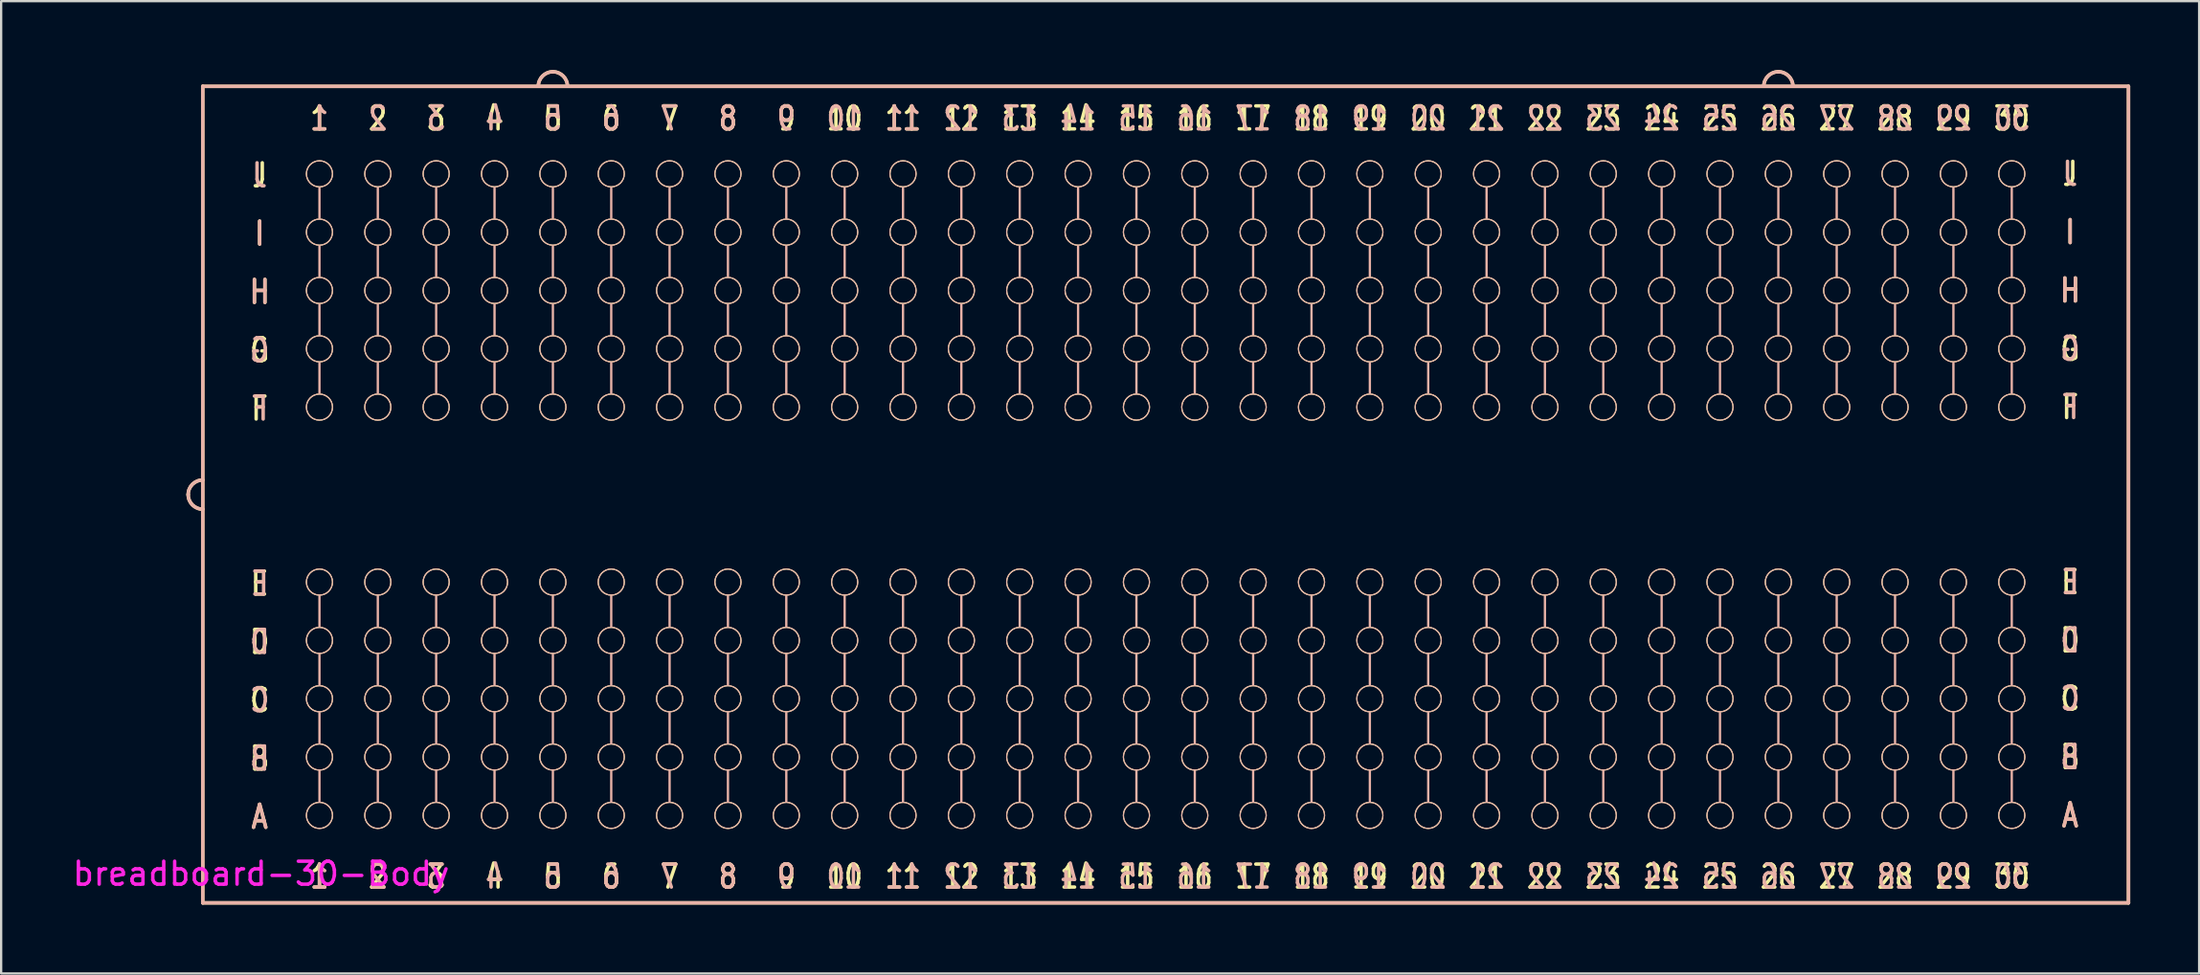
<source format=kicad_pcb>
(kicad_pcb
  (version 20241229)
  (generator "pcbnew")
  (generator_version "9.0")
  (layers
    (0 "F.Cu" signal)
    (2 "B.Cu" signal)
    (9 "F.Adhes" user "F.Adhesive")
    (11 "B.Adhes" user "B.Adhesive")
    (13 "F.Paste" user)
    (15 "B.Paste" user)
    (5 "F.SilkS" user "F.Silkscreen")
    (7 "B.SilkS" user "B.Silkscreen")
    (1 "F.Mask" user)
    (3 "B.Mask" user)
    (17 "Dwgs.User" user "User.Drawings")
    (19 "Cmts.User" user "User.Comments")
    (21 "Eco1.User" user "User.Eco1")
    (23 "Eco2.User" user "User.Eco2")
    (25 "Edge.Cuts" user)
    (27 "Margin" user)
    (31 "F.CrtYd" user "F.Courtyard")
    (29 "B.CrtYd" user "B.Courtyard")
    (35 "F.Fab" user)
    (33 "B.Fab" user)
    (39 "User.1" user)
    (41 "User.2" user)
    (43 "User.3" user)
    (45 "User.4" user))
  (footprint "breadboard-30-Body"
    (layer "F.Cu")
    (at 48.955 17.22)
    (property "Reference" "breadboard-30-Body" (at -40.64 17.78 180) (layer "F.CrtYd") (effects (font (size 1 1) (thickness 0.15))))
    (attr exclude_from_pos_files exclude_from_bom)
    (fp_line (start -43.18 -16.51) (end -43.18 19.05) (stroke (width 0.15) (type solid)) (layer "F.SilkS"))
    (fp_line (start -43.18 -16.51) (end 40.64 -16.51) (stroke (width 0.15) (type solid)) (layer "F.SilkS"))
    (fp_line (start 40.64 -16.51) (end 40.64 19.05) (stroke (width 0.15) (type solid)) (layer "F.SilkS"))
    (fp_line (start 40.64 19.05) (end -43.18 19.05) (stroke (width 0.15) (type solid)) (layer "F.SilkS"))
    (fp_arc (start -43.815 1.27) (mid -43.629013 0.820987) (end -43.18 0.635) (stroke (width 0.15) (type solid)) (layer "F.SilkS"))
    (fp_arc (start -43.18 1.905) (mid -43.629013 1.719013) (end -43.815 1.27) (stroke (width 0.15) (type solid)) (layer "F.SilkS"))
    (fp_arc (start -28.575 -16.51) (mid -28.389013 -16.959013) (end -27.94 -17.145) (stroke (width 0.15) (type solid)) (layer "F.SilkS"))
    (fp_arc (start -27.94 -17.145) (mid -27.490987 -16.959013) (end -27.305 -16.51) (stroke (width 0.15) (type solid)) (layer "F.SilkS"))
    (fp_arc (start 24.765 -16.51) (mid 24.950987 -16.959013) (end 25.4 -17.145) (stroke (width 0.15) (type solid)) (layer "F.SilkS"))
    (fp_arc (start 25.4 -17.145) (mid 25.849013 -16.959013) (end 26.035 -16.51) (stroke (width 0.15) (type solid)) (layer "F.SilkS"))
    (fp_circle (center -38.1 -12.7) (end -37.592 -12.446) (stroke (width 0.05) (type solid)) (fill no) (layer "F.SilkS"))
    (fp_circle (center -38.1 -10.16) (end -37.592 -9.906) (stroke (width 0.05) (type solid)) (fill no) (layer "F.SilkS"))
    (fp_circle (center -38.1 -7.62) (end -37.592 -7.366) (stroke (width 0.05) (type solid)) (fill no) (layer "F.SilkS"))
    (fp_circle (center -38.1 -5.08) (end -37.592 -4.826) (stroke (width 0.05) (type solid)) (fill no) (layer "F.SilkS"))
    (fp_circle (center -38.1 -2.54) (end -37.592 -2.286) (stroke (width 0.05) (type solid)) (fill no) (layer "F.SilkS"))
    (fp_circle (center -38.1 5.08) (end -37.592 5.334) (stroke (width 0.05) (type solid)) (fill no) (layer "F.SilkS"))
    (fp_circle (center -38.1 7.62) (end -37.592 7.874) (stroke (width 0.05) (type solid)) (fill no) (layer "F.SilkS"))
    (fp_circle (center -38.1 10.16) (end -37.592 10.414) (stroke (width 0.05) (type solid)) (fill no) (layer "F.SilkS"))
    (fp_circle (center -38.1 12.7) (end -37.592 12.954) (stroke (width 0.05) (type solid)) (fill no) (layer "F.SilkS"))
    (fp_circle (center -38.1 15.24) (end -37.592 15.494) (stroke (width 0.05) (type solid)) (fill no) (layer "F.SilkS"))
    (fp_circle (center -35.56 -12.7) (end -35.052 -12.446) (stroke (width 0.05) (type solid)) (fill no) (layer "F.SilkS"))
    (fp_circle (center -35.56 -10.16) (end -35.052 -9.906) (stroke (width 0.05) (type solid)) (fill no) (layer "F.SilkS"))
    (fp_circle (center -35.56 -7.62) (end -35.052 -7.366) (stroke (width 0.05) (type solid)) (fill no) (layer "F.SilkS"))
    (fp_circle (center -35.56 -5.08) (end -35.052 -4.826) (stroke (width 0.05) (type solid)) (fill no) (layer "F.SilkS"))
    (fp_circle (center -35.56 -2.54) (end -35.052 -2.286) (stroke (width 0.05) (type solid)) (fill no) (layer "F.SilkS"))
    (fp_circle (center -35.56 5.08) (end -35.052 5.334) (stroke (width 0.05) (type solid)) (fill no) (layer "F.SilkS"))
    (fp_circle (center -35.56 7.62) (end -35.052 7.874) (stroke (width 0.05) (type solid)) (fill no) (layer "F.SilkS"))
    (fp_circle (center -35.56 10.16) (end -35.052 10.414) (stroke (width 0.05) (type solid)) (fill no) (layer "F.SilkS"))
    (fp_circle (center -35.56 12.7) (end -35.052 12.954) (stroke (width 0.05) (type solid)) (fill no) (layer "F.SilkS"))
    (fp_circle (center -35.56 15.24) (end -35.052 15.494) (stroke (width 0.05) (type solid)) (fill no) (layer "F.SilkS"))
    (fp_circle (center -33.02 -12.7) (end -32.512 -12.446) (stroke (width 0.05) (type solid)) (fill no) (layer "F.SilkS"))
    (fp_circle (center -33.02 -10.16) (end -32.512 -9.906) (stroke (width 0.05) (type solid)) (fill no) (layer "F.SilkS"))
    (fp_circle (center -33.02 -7.62) (end -32.512 -7.366) (stroke (width 0.05) (type solid)) (fill no) (layer "F.SilkS"))
    (fp_circle (center -33.02 -5.08) (end -32.512 -4.826) (stroke (width 0.05) (type solid)) (fill no) (layer "F.SilkS"))
    (fp_circle (center -33.02 -2.54) (end -32.512 -2.286) (stroke (width 0.05) (type solid)) (fill no) (layer "F.SilkS"))
    (fp_circle (center -33.02 5.08) (end -32.512 5.334) (stroke (width 0.05) (type solid)) (fill no) (layer "F.SilkS"))
    (fp_circle (center -33.02 7.62) (end -32.512 7.874) (stroke (width 0.05) (type solid)) (fill no) (layer "F.SilkS"))
    (fp_circle (center -33.02 10.16) (end -32.512 10.414) (stroke (width 0.05) (type solid)) (fill no) (layer "F.SilkS"))
    (fp_circle (center -33.02 12.7) (end -32.512 12.954) (stroke (width 0.05) (type solid)) (fill no) (layer "F.SilkS"))
    (fp_circle (center -33.02 15.24) (end -32.512 15.494) (stroke (width 0.05) (type solid)) (fill no) (layer "F.SilkS"))
    (fp_circle (center -30.48 -12.7) (end -29.972 -12.446) (stroke (width 0.05) (type solid)) (fill no) (layer "F.SilkS"))
    (fp_circle (center -30.48 -10.16) (end -29.972 -9.906) (stroke (width 0.05) (type solid)) (fill no) (layer "F.SilkS"))
    (fp_circle (center -30.48 -7.62) (end -29.972 -7.366) (stroke (width 0.05) (type solid)) (fill no) (layer "F.SilkS"))
    (fp_circle (center -30.48 -5.08) (end -29.972 -4.826) (stroke (width 0.05) (type solid)) (fill no) (layer "F.SilkS"))
    (fp_circle (center -30.48 -2.54) (end -29.972 -2.286) (stroke (width 0.05) (type solid)) (fill no) (layer "F.SilkS"))
    (fp_circle (center -30.48 5.08) (end -29.972 5.334) (stroke (width 0.05) (type solid)) (fill no) (layer "F.SilkS"))
    (fp_circle (center -30.48 7.62) (end -29.972 7.874) (stroke (width 0.05) (type solid)) (fill no) (layer "F.SilkS"))
    (fp_circle (center -30.48 10.16) (end -29.972 10.414) (stroke (width 0.05) (type solid)) (fill no) (layer "F.SilkS"))
    (fp_circle (center -30.48 12.7) (end -29.972 12.954) (stroke (width 0.05) (type solid)) (fill no) (layer "F.SilkS"))
    (fp_circle (center -30.48 15.24) (end -29.972 15.494) (stroke (width 0.05) (type solid)) (fill no) (layer "F.SilkS"))
    (fp_circle (center -27.94 -12.7) (end -27.432 -12.446) (stroke (width 0.05) (type solid)) (fill no) (layer "F.SilkS"))
    (fp_circle (center -27.94 -10.16) (end -27.432 -9.906) (stroke (width 0.05) (type solid)) (fill no) (layer "F.SilkS"))
    (fp_circle (center -27.94 -7.62) (end -27.432 -7.366) (stroke (width 0.05) (type solid)) (fill no) (layer "F.SilkS"))
    (fp_circle (center -27.94 -5.08) (end -27.432 -4.826) (stroke (width 0.05) (type solid)) (fill no) (layer "F.SilkS"))
    (fp_circle (center -27.94 -2.54) (end -27.432 -2.286) (stroke (width 0.05) (type solid)) (fill no) (layer "F.SilkS"))
    (fp_circle (center -27.94 5.08) (end -27.432 5.334) (stroke (width 0.05) (type solid)) (fill no) (layer "F.SilkS"))
    (fp_circle (center -27.94 7.62) (end -27.432 7.874) (stroke (width 0.05) (type solid)) (fill no) (layer "F.SilkS"))
    (fp_circle (center -27.94 10.16) (end -27.432 10.414) (stroke (width 0.05) (type solid)) (fill no) (layer "F.SilkS"))
    (fp_circle (center -27.94 12.7) (end -27.432 12.954) (stroke (width 0.05) (type solid)) (fill no) (layer "F.SilkS"))
    (fp_circle (center -27.94 15.24) (end -27.432 15.494) (stroke (width 0.05) (type solid)) (fill no) (layer "F.SilkS"))
    (fp_circle (center -25.4 -12.7) (end -24.892 -12.446) (stroke (width 0.05) (type solid)) (fill no) (layer "F.SilkS"))
    (fp_circle (center -25.4 -10.16) (end -24.892 -9.906) (stroke (width 0.05) (type solid)) (fill no) (layer "F.SilkS"))
    (fp_circle (center -25.4 -7.62) (end -24.892 -7.366) (stroke (width 0.05) (type solid)) (fill no) (layer "F.SilkS"))
    (fp_circle (center -25.4 -5.08) (end -24.892 -4.826) (stroke (width 0.05) (type solid)) (fill no) (layer "F.SilkS"))
    (fp_circle (center -25.4 -2.54) (end -24.892 -2.286) (stroke (width 0.05) (type solid)) (fill no) (layer "F.SilkS"))
    (fp_circle (center -25.4 5.08) (end -24.892 5.334) (stroke (width 0.05) (type solid)) (fill no) (layer "F.SilkS"))
    (fp_circle (center -25.4 7.62) (end -24.892 7.874) (stroke (width 0.05) (type solid)) (fill no) (layer "F.SilkS"))
    (fp_circle (center -25.4 10.16) (end -24.892 10.414) (stroke (width 0.05) (type solid)) (fill no) (layer "F.SilkS"))
    (fp_circle (center -25.4 12.7) (end -24.892 12.954) (stroke (width 0.05) (type solid)) (fill no) (layer "F.SilkS"))
    (fp_circle (center -25.4 15.24) (end -24.892 15.494) (stroke (width 0.05) (type solid)) (fill no) (layer "F.SilkS"))
    (fp_circle (center -22.86 -12.7) (end -22.352 -12.446) (stroke (width 0.05) (type solid)) (fill no) (layer "F.SilkS"))
    (fp_circle (center -22.86 -10.16) (end -22.352 -9.906) (stroke (width 0.05) (type solid)) (fill no) (layer "F.SilkS"))
    (fp_circle (center -22.86 -7.62) (end -22.352 -7.366) (stroke (width 0.05) (type solid)) (fill no) (layer "F.SilkS"))
    (fp_circle (center -22.86 -5.08) (end -22.352 -4.826) (stroke (width 0.05) (type solid)) (fill no) (layer "F.SilkS"))
    (fp_circle (center -22.86 -2.54) (end -22.352 -2.286) (stroke (width 0.05) (type solid)) (fill no) (layer "F.SilkS"))
    (fp_circle (center -22.86 5.08) (end -22.352 5.334) (stroke (width 0.05) (type solid)) (fill no) (layer "F.SilkS"))
    (fp_circle (center -22.86 7.62) (end -22.352 7.874) (stroke (width 0.05) (type solid)) (fill no) (layer "F.SilkS"))
    (fp_circle (center -22.86 10.16) (end -22.352 10.414) (stroke (width 0.05) (type solid)) (fill no) (layer "F.SilkS"))
    (fp_circle (center -22.86 12.7) (end -22.352 12.954) (stroke (width 0.05) (type solid)) (fill no) (layer "F.SilkS"))
    (fp_circle (center -22.86 15.24) (end -22.352 15.494) (stroke (width 0.05) (type solid)) (fill no) (layer "F.SilkS"))
    (fp_circle (center -20.32 -12.7) (end -19.812 -12.446) (stroke (width 0.05) (type solid)) (fill no) (layer "F.SilkS"))
    (fp_circle (center -20.32 -10.16) (end -19.812 -9.906) (stroke (width 0.05) (type solid)) (fill no) (layer "F.SilkS"))
    (fp_circle (center -20.32 -7.62) (end -19.812 -7.366) (stroke (width 0.05) (type solid)) (fill no) (layer "F.SilkS"))
    (fp_circle (center -20.32 -5.08) (end -19.812 -4.826) (stroke (width 0.05) (type solid)) (fill no) (layer "F.SilkS"))
    (fp_circle (center -20.32 -2.54) (end -19.812 -2.286) (stroke (width 0.05) (type solid)) (fill no) (layer "F.SilkS"))
    (fp_circle (center -20.32 5.08) (end -19.812 5.334) (stroke (width 0.05) (type solid)) (fill no) (layer "F.SilkS"))
    (fp_circle (center -20.32 7.62) (end -19.812 7.874) (stroke (width 0.05) (type solid)) (fill no) (layer "F.SilkS"))
    (fp_circle (center -20.32 10.16) (end -19.812 10.414) (stroke (width 0.05) (type solid)) (fill no) (layer "F.SilkS"))
    (fp_circle (center -20.32 12.7) (end -19.812 12.954) (stroke (width 0.05) (type solid)) (fill no) (layer "F.SilkS"))
    (fp_circle (center -20.32 15.24) (end -19.812 15.494) (stroke (width 0.05) (type solid)) (fill no) (layer "F.SilkS"))
    (fp_circle (center -17.78 -12.7) (end -17.272 -12.446) (stroke (width 0.05) (type solid)) (fill no) (layer "F.SilkS"))
    (fp_circle (center -17.78 -10.16) (end -17.272 -9.906) (stroke (width 0.05) (type solid)) (fill no) (layer "F.SilkS"))
    (fp_circle (center -17.78 -7.62) (end -17.272 -7.366) (stroke (width 0.05) (type solid)) (fill no) (layer "F.SilkS"))
    (fp_circle (center -17.78 -5.08) (end -17.272 -4.826) (stroke (width 0.05) (type solid)) (fill no) (layer "F.SilkS"))
    (fp_circle (center -17.78 -2.54) (end -17.272 -2.286) (stroke (width 0.05) (type solid)) (fill no) (layer "F.SilkS"))
    (fp_circle (center -17.78 5.08) (end -17.272 5.334) (stroke (width 0.05) (type solid)) (fill no) (layer "F.SilkS"))
    (fp_circle (center -17.78 7.62) (end -17.272 7.874) (stroke (width 0.05) (type solid)) (fill no) (layer "F.SilkS"))
    (fp_circle (center -17.78 10.16) (end -17.272 10.414) (stroke (width 0.05) (type solid)) (fill no) (layer "F.SilkS"))
    (fp_circle (center -17.78 12.7) (end -17.272 12.954) (stroke (width 0.05) (type solid)) (fill no) (layer "F.SilkS"))
    (fp_circle (center -17.78 15.24) (end -17.272 15.494) (stroke (width 0.05) (type solid)) (fill no) (layer "F.SilkS"))
    (fp_circle (center -15.24 -12.7) (end -14.732 -12.446) (stroke (width 0.05) (type solid)) (fill no) (layer "F.SilkS"))
    (fp_circle (center -15.24 -10.16) (end -14.732 -9.906) (stroke (width 0.05) (type solid)) (fill no) (layer "F.SilkS"))
    (fp_circle (center -15.24 -7.62) (end -14.732 -7.366) (stroke (width 0.05) (type solid)) (fill no) (layer "F.SilkS"))
    (fp_circle (center -15.24 -5.08) (end -14.732 -4.826) (stroke (width 0.05) (type solid)) (fill no) (layer "F.SilkS"))
    (fp_circle (center -15.24 -2.54) (end -14.732 -2.286) (stroke (width 0.05) (type solid)) (fill no) (layer "F.SilkS"))
    (fp_circle (center -15.24 5.08) (end -14.732 5.334) (stroke (width 0.05) (type solid)) (fill no) (layer "F.SilkS"))
    (fp_circle (center -15.24 7.62) (end -14.732 7.874) (stroke (width 0.05) (type solid)) (fill no) (layer "F.SilkS"))
    (fp_circle (center -15.24 10.16) (end -14.732 10.414) (stroke (width 0.05) (type solid)) (fill no) (layer "F.SilkS"))
    (fp_circle (center -15.24 12.7) (end -14.732 12.954) (stroke (width 0.05) (type solid)) (fill no) (layer "F.SilkS"))
    (fp_circle (center -15.24 15.24) (end -14.732 15.494) (stroke (width 0.05) (type solid)) (fill no) (layer "F.SilkS"))
    (fp_circle (center -12.7 -12.7) (end -12.192 -12.446) (stroke (width 0.05) (type solid)) (fill no) (layer "F.SilkS"))
    (fp_circle (center -12.7 -10.16) (end -12.192 -9.906) (stroke (width 0.05) (type solid)) (fill no) (layer "F.SilkS"))
    (fp_circle (center -12.7 -7.62) (end -12.192 -7.366) (stroke (width 0.05) (type solid)) (fill no) (layer "F.SilkS"))
    (fp_circle (center -12.7 -5.08) (end -12.192 -4.826) (stroke (width 0.05) (type solid)) (fill no) (layer "F.SilkS"))
    (fp_circle (center -12.7 -2.54) (end -12.192 -2.286) (stroke (width 0.05) (type solid)) (fill no) (layer "F.SilkS"))
    (fp_circle (center -12.7 5.08) (end -12.192 5.334) (stroke (width 0.05) (type solid)) (fill no) (layer "F.SilkS"))
    (fp_circle (center -12.7 7.62) (end -12.192 7.874) (stroke (width 0.05) (type solid)) (fill no) (layer "F.SilkS"))
    (fp_circle (center -12.7 10.16) (end -12.192 10.414) (stroke (width 0.05) (type solid)) (fill no) (layer "F.SilkS"))
    (fp_circle (center -12.7 12.7) (end -12.192 12.954) (stroke (width 0.05) (type solid)) (fill no) (layer "F.SilkS"))
    (fp_circle (center -12.7 15.24) (end -12.192 15.494) (stroke (width 0.05) (type solid)) (fill no) (layer "F.SilkS"))
    (fp_circle (center -10.16 -12.7) (end -9.652 -12.446) (stroke (width 0.05) (type solid)) (fill no) (layer "F.SilkS"))
    (fp_circle (center -10.16 -10.16) (end -9.652 -9.906) (stroke (width 0.05) (type solid)) (fill no) (layer "F.SilkS"))
    (fp_circle (center -10.16 -7.62) (end -9.652 -7.366) (stroke (width 0.05) (type solid)) (fill no) (layer "F.SilkS"))
    (fp_circle (center -10.16 -5.08) (end -9.652 -4.826) (stroke (width 0.05) (type solid)) (fill no) (layer "F.SilkS"))
    (fp_circle (center -10.16 -2.54) (end -9.652 -2.286) (stroke (width 0.05) (type solid)) (fill no) (layer "F.SilkS"))
    (fp_circle (center -10.16 5.08) (end -9.652 5.334) (stroke (width 0.05) (type solid)) (fill no) (layer "F.SilkS"))
    (fp_circle (center -10.16 7.62) (end -9.652 7.874) (stroke (width 0.05) (type solid)) (fill no) (layer "F.SilkS"))
    (fp_circle (center -10.16 10.16) (end -9.652 10.414) (stroke (width 0.05) (type solid)) (fill no) (layer "F.SilkS"))
    (fp_circle (center -10.16 12.7) (end -9.652 12.954) (stroke (width 0.05) (type solid)) (fill no) (layer "F.SilkS"))
    (fp_circle (center -10.16 15.24) (end -9.652 15.494) (stroke (width 0.05) (type solid)) (fill no) (layer "F.SilkS"))
    (fp_circle (center -7.62 -12.7) (end -7.112 -12.446) (stroke (width 0.05) (type solid)) (fill no) (layer "F.SilkS"))
    (fp_circle (center -7.62 -10.16) (end -7.112 -9.906) (stroke (width 0.05) (type solid)) (fill no) (layer "F.SilkS"))
    (fp_circle (center -7.62 -7.62) (end -7.112 -7.366) (stroke (width 0.05) (type solid)) (fill no) (layer "F.SilkS"))
    (fp_circle (center -7.62 -5.08) (end -7.112 -4.826) (stroke (width 0.05) (type solid)) (fill no) (layer "F.SilkS"))
    (fp_circle (center -7.62 -2.54) (end -7.112 -2.286) (stroke (width 0.05) (type solid)) (fill no) (layer "F.SilkS"))
    (fp_circle (center -7.62 5.08) (end -7.112 5.334) (stroke (width 0.05) (type solid)) (fill no) (layer "F.SilkS"))
    (fp_circle (center -7.62 7.62) (end -7.112 7.874) (stroke (width 0.05) (type solid)) (fill no) (layer "F.SilkS"))
    (fp_circle (center -7.62 10.16) (end -7.112 10.414) (stroke (width 0.05) (type solid)) (fill no) (layer "F.SilkS"))
    (fp_circle (center -7.62 12.7) (end -7.112 12.954) (stroke (width 0.05) (type solid)) (fill no) (layer "F.SilkS"))
    (fp_circle (center -7.62 15.24) (end -7.112 15.494) (stroke (width 0.05) (type solid)) (fill no) (layer "F.SilkS"))
    (fp_circle (center -5.08 -12.7) (end -4.572 -12.446) (stroke (width 0.05) (type solid)) (fill no) (layer "F.SilkS"))
    (fp_circle (center -5.08 -10.16) (end -4.572 -9.906) (stroke (width 0.05) (type solid)) (fill no) (layer "F.SilkS"))
    (fp_circle (center -5.08 -7.62) (end -4.572 -7.366) (stroke (width 0.05) (type solid)) (fill no) (layer "F.SilkS"))
    (fp_circle (center -5.08 -5.08) (end -4.572 -4.826) (stroke (width 0.05) (type solid)) (fill no) (layer "F.SilkS"))
    (fp_circle (center -5.08 -2.54) (end -4.572 -2.286) (stroke (width 0.05) (type solid)) (fill no) (layer "F.SilkS"))
    (fp_circle (center -5.08 5.08) (end -4.572 5.334) (stroke (width 0.05) (type solid)) (fill no) (layer "F.SilkS"))
    (fp_circle (center -5.08 7.62) (end -4.572 7.874) (stroke (width 0.05) (type solid)) (fill no) (layer "F.SilkS"))
    (fp_circle (center -5.08 10.16) (end -4.572 10.414) (stroke (width 0.05) (type solid)) (fill no) (layer "F.SilkS"))
    (fp_circle (center -5.08 12.7) (end -4.572 12.954) (stroke (width 0.05) (type solid)) (fill no) (layer "F.SilkS"))
    (fp_circle (center -5.08 15.24) (end -4.572 15.494) (stroke (width 0.05) (type solid)) (fill no) (layer "F.SilkS"))
    (fp_circle (center -2.54 -12.7) (end -2.032 -12.446) (stroke (width 0.05) (type solid)) (fill no) (layer "F.SilkS"))
    (fp_circle (center -2.54 -10.16) (end -2.032 -9.906) (stroke (width 0.05) (type solid)) (fill no) (layer "F.SilkS"))
    (fp_circle (center -2.54 -7.62) (end -2.032 -7.366) (stroke (width 0.05) (type solid)) (fill no) (layer "F.SilkS"))
    (fp_circle (center -2.54 -5.08) (end -2.032 -4.826) (stroke (width 0.05) (type solid)) (fill no) (layer "F.SilkS"))
    (fp_circle (center -2.54 -2.54) (end -2.032 -2.286) (stroke (width 0.05) (type solid)) (fill no) (layer "F.SilkS"))
    (fp_circle (center -2.54 5.08) (end -2.032 5.334) (stroke (width 0.05) (type solid)) (fill no) (layer "F.SilkS"))
    (fp_circle (center -2.54 7.62) (end -2.032 7.874) (stroke (width 0.05) (type solid)) (fill no) (layer "F.SilkS"))
    (fp_circle (center -2.54 10.16) (end -2.032 10.414) (stroke (width 0.05) (type solid)) (fill no) (layer "F.SilkS"))
    (fp_circle (center -2.54 12.7) (end -2.032 12.954) (stroke (width 0.05) (type solid)) (fill no) (layer "F.SilkS"))
    (fp_circle (center -2.54 15.24) (end -2.032 15.494) (stroke (width 0.05) (type solid)) (fill no) (layer "F.SilkS"))
    (fp_circle (center 0 -12.7) (end 0.508 -12.446) (stroke (width 0.05) (type solid)) (fill no) (layer "F.SilkS"))
    (fp_circle (center 0 -10.16) (end 0.508 -9.906) (stroke (width 0.05) (type solid)) (fill no) (layer "F.SilkS"))
    (fp_circle (center 0 -7.62) (end 0.508 -7.366) (stroke (width 0.05) (type solid)) (fill no) (layer "F.SilkS"))
    (fp_circle (center 0 -5.08) (end 0.508 -4.826) (stroke (width 0.05) (type solid)) (fill no) (layer "F.SilkS"))
    (fp_circle (center 0 -2.54) (end 0.508 -2.286) (stroke (width 0.05) (type solid)) (fill no) (layer "F.SilkS"))
    (fp_circle (center 0 5.08) (end 0.508 5.334) (stroke (width 0.05) (type solid)) (fill no) (layer "F.SilkS"))
    (fp_circle (center 0 7.62) (end 0.508 7.874) (stroke (width 0.05) (type solid)) (fill no) (layer "F.SilkS"))
    (fp_circle (center 0 10.16) (end 0.508 10.414) (stroke (width 0.05) (type solid)) (fill no) (layer "F.SilkS"))
    (fp_circle (center 0 12.7) (end 0.508 12.954) (stroke (width 0.05) (type solid)) (fill no) (layer "F.SilkS"))
    (fp_circle (center 0 15.24) (end 0.508 15.494) (stroke (width 0.05) (type solid)) (fill no) (layer "F.SilkS"))
    (fp_circle (center 2.54 -12.7) (end 3.048 -12.446) (stroke (width 0.05) (type solid)) (fill no) (layer "F.SilkS"))
    (fp_circle (center 2.54 -10.16) (end 3.048 -9.906) (stroke (width 0.05) (type solid)) (fill no) (layer "F.SilkS"))
    (fp_circle (center 2.54 -7.62) (end 3.048 -7.366) (stroke (width 0.05) (type solid)) (fill no) (layer "F.SilkS"))
    (fp_circle (center 2.54 -5.08) (end 3.048 -4.826) (stroke (width 0.05) (type solid)) (fill no) (layer "F.SilkS"))
    (fp_circle (center 2.54 -2.54) (end 3.048 -2.286) (stroke (width 0.05) (type solid)) (fill no) (layer "F.SilkS"))
    (fp_circle (center 2.54 5.08) (end 3.048 5.334) (stroke (width 0.05) (type solid)) (fill no) (layer "F.SilkS"))
    (fp_circle (center 2.54 7.62) (end 3.048 7.874) (stroke (width 0.05) (type solid)) (fill no) (layer "F.SilkS"))
    (fp_circle (center 2.54 10.16) (end 3.048 10.414) (stroke (width 0.05) (type solid)) (fill no) (layer "F.SilkS"))
    (fp_circle (center 2.54 12.7) (end 3.048 12.954) (stroke (width 0.05) (type solid)) (fill no) (layer "F.SilkS"))
    (fp_circle (center 2.54 15.24) (end 3.048 15.494) (stroke (width 0.05) (type solid)) (fill no) (layer "F.SilkS"))
    (fp_circle (center 5.08 -12.7) (end 5.588 -12.446) (stroke (width 0.05) (type solid)) (fill no) (layer "F.SilkS"))
    (fp_circle (center 5.08 -10.16) (end 5.588 -9.906) (stroke (width 0.05) (type solid)) (fill no) (layer "F.SilkS"))
    (fp_circle (center 5.08 -7.62) (end 5.588 -7.366) (stroke (width 0.05) (type solid)) (fill no) (layer "F.SilkS"))
    (fp_circle (center 5.08 -5.08) (end 5.588 -4.826) (stroke (width 0.05) (type solid)) (fill no) (layer "F.SilkS"))
    (fp_circle (center 5.08 -2.54) (end 5.588 -2.286) (stroke (width 0.05) (type solid)) (fill no) (layer "F.SilkS"))
    (fp_circle (center 5.08 5.08) (end 5.588 5.334) (stroke (width 0.05) (type solid)) (fill no) (layer "F.SilkS"))
    (fp_circle (center 5.08 7.62) (end 5.588 7.874) (stroke (width 0.05) (type solid)) (fill no) (layer "F.SilkS"))
    (fp_circle (center 5.08 10.16) (end 5.588 10.414) (stroke (width 0.05) (type solid)) (fill no) (layer "F.SilkS"))
    (fp_circle (center 5.08 12.7) (end 5.588 12.954) (stroke (width 0.05) (type solid)) (fill no) (layer "F.SilkS"))
    (fp_circle (center 5.08 15.24) (end 5.588 15.494) (stroke (width 0.05) (type solid)) (fill no) (layer "F.SilkS"))
    (fp_circle (center 7.62 -12.7) (end 8.128 -12.446) (stroke (width 0.05) (type solid)) (fill no) (layer "F.SilkS"))
    (fp_circle (center 7.62 -10.16) (end 8.128 -9.906) (stroke (width 0.05) (type solid)) (fill no) (layer "F.SilkS"))
    (fp_circle (center 7.62 -7.62) (end 8.128 -7.366) (stroke (width 0.05) (type solid)) (fill no) (layer "F.SilkS"))
    (fp_circle (center 7.62 -5.08) (end 8.128 -4.826) (stroke (width 0.05) (type solid)) (fill no) (layer "F.SilkS"))
    (fp_circle (center 7.62 -2.54) (end 8.128 -2.286) (stroke (width 0.05) (type solid)) (fill no) (layer "F.SilkS"))
    (fp_circle (center 7.62 5.08) (end 8.128 5.334) (stroke (width 0.05) (type solid)) (fill no) (layer "F.SilkS"))
    (fp_circle (center 7.62 7.62) (end 8.128 7.874) (stroke (width 0.05) (type solid)) (fill no) (layer "F.SilkS"))
    (fp_circle (center 7.62 10.16) (end 8.128 10.414) (stroke (width 0.05) (type solid)) (fill no) (layer "F.SilkS"))
    (fp_circle (center 7.62 12.7) (end 8.128 12.954) (stroke (width 0.05) (type solid)) (fill no) (layer "F.SilkS"))
    (fp_circle (center 7.62 15.24) (end 8.128 15.494) (stroke (width 0.05) (type solid)) (fill no) (layer "F.SilkS"))
    (fp_circle (center 10.16 -12.7) (end 10.668 -12.446) (stroke (width 0.05) (type solid)) (fill no) (layer "F.SilkS"))
    (fp_circle (center 10.16 -10.16) (end 10.668 -9.906) (stroke (width 0.05) (type solid)) (fill no) (layer "F.SilkS"))
    (fp_circle (center 10.16 -7.62) (end 10.668 -7.366) (stroke (width 0.05) (type solid)) (fill no) (layer "F.SilkS"))
    (fp_circle (center 10.16 -5.08) (end 10.668 -4.826) (stroke (width 0.05) (type solid)) (fill no) (layer "F.SilkS"))
    (fp_circle (center 10.16 -2.54) (end 10.668 -2.286) (stroke (width 0.05) (type solid)) (fill no) (layer "F.SilkS"))
    (fp_circle (center 10.16 5.08) (end 10.668 5.334) (stroke (width 0.05) (type solid)) (fill no) (layer "F.SilkS"))
    (fp_circle (center 10.16 7.62) (end 10.668 7.874) (stroke (width 0.05) (type solid)) (fill no) (layer "F.SilkS"))
    (fp_circle (center 10.16 10.16) (end 10.668 10.414) (stroke (width 0.05) (type solid)) (fill no) (layer "F.SilkS"))
    (fp_circle (center 10.16 12.7) (end 10.668 12.954) (stroke (width 0.05) (type solid)) (fill no) (layer "F.SilkS"))
    (fp_circle (center 10.16 15.24) (end 10.668 15.494) (stroke (width 0.05) (type solid)) (fill no) (layer "F.SilkS"))
    (fp_circle (center 12.7 -12.7) (end 13.208 -12.446) (stroke (width 0.05) (type solid)) (fill no) (layer "F.SilkS"))
    (fp_circle (center 12.7 -10.16) (end 13.208 -9.906) (stroke (width 0.05) (type solid)) (fill no) (layer "F.SilkS"))
    (fp_circle (center 12.7 -7.62) (end 13.208 -7.366) (stroke (width 0.05) (type solid)) (fill no) (layer "F.SilkS"))
    (fp_circle (center 12.7 -5.08) (end 13.208 -4.826) (stroke (width 0.05) (type solid)) (fill no) (layer "F.SilkS"))
    (fp_circle (center 12.7 -2.54) (end 13.208 -2.286) (stroke (width 0.05) (type solid)) (fill no) (layer "F.SilkS"))
    (fp_circle (center 12.7 5.08) (end 13.208 5.334) (stroke (width 0.05) (type solid)) (fill no) (layer "F.SilkS"))
    (fp_circle (center 12.7 7.62) (end 13.208 7.874) (stroke (width 0.05) (type solid)) (fill no) (layer "F.SilkS"))
    (fp_circle (center 12.7 10.16) (end 13.208 10.414) (stroke (width 0.05) (type solid)) (fill no) (layer "F.SilkS"))
    (fp_circle (center 12.7 12.7) (end 13.208 12.954) (stroke (width 0.05) (type solid)) (fill no) (layer "F.SilkS"))
    (fp_circle (center 12.7 15.24) (end 13.208 15.494) (stroke (width 0.05) (type solid)) (fill no) (layer "F.SilkS"))
    (fp_circle (center 15.24 -12.7) (end 15.748 -12.446) (stroke (width 0.05) (type solid)) (fill no) (layer "F.SilkS"))
    (fp_circle (center 15.24 -10.16) (end 15.748 -9.906) (stroke (width 0.05) (type solid)) (fill no) (layer "F.SilkS"))
    (fp_circle (center 15.24 -7.62) (end 15.748 -7.366) (stroke (width 0.05) (type solid)) (fill no) (layer "F.SilkS"))
    (fp_circle (center 15.24 -5.08) (end 15.748 -4.826) (stroke (width 0.05) (type solid)) (fill no) (layer "F.SilkS"))
    (fp_circle (center 15.24 -2.54) (end 15.748 -2.286) (stroke (width 0.05) (type solid)) (fill no) (layer "F.SilkS"))
    (fp_circle (center 15.24 5.08) (end 15.748 5.334) (stroke (width 0.05) (type solid)) (fill no) (layer "F.SilkS"))
    (fp_circle (center 15.24 7.62) (end 15.748 7.874) (stroke (width 0.05) (type solid)) (fill no) (layer "F.SilkS"))
    (fp_circle (center 15.24 10.16) (end 15.748 10.414) (stroke (width 0.05) (type solid)) (fill no) (layer "F.SilkS"))
    (fp_circle (center 15.24 12.7) (end 15.748 12.954) (stroke (width 0.05) (type solid)) (fill no) (layer "F.SilkS"))
    (fp_circle (center 15.24 15.24) (end 15.748 15.494) (stroke (width 0.05) (type solid)) (fill no) (layer "F.SilkS"))
    (fp_circle (center 17.78 -12.7) (end 18.288 -12.446) (stroke (width 0.05) (type solid)) (fill no) (layer "F.SilkS"))
    (fp_circle (center 17.78 -10.16) (end 18.288 -9.906) (stroke (width 0.05) (type solid)) (fill no) (layer "F.SilkS"))
    (fp_circle (center 17.78 -7.62) (end 18.288 -7.366) (stroke (width 0.05) (type solid)) (fill no) (layer "F.SilkS"))
    (fp_circle (center 17.78 -5.08) (end 18.288 -4.826) (stroke (width 0.05) (type solid)) (fill no) (layer "F.SilkS"))
    (fp_circle (center 17.78 -2.54) (end 18.288 -2.286) (stroke (width 0.05) (type solid)) (fill no) (layer "F.SilkS"))
    (fp_circle (center 17.78 5.08) (end 18.288 5.334) (stroke (width 0.05) (type solid)) (fill no) (layer "F.SilkS"))
    (fp_circle (center 17.78 7.62) (end 18.288 7.874) (stroke (width 0.05) (type solid)) (fill no) (layer "F.SilkS"))
    (fp_circle (center 17.78 10.16) (end 18.288 10.414) (stroke (width 0.05) (type solid)) (fill no) (layer "F.SilkS"))
    (fp_circle (center 17.78 12.7) (end 18.288 12.954) (stroke (width 0.05) (type solid)) (fill no) (layer "F.SilkS"))
    (fp_circle (center 17.78 15.24) (end 18.288 15.494) (stroke (width 0.05) (type solid)) (fill no) (layer "F.SilkS"))
    (fp_circle (center 20.32 -12.7) (end 20.828 -12.446) (stroke (width 0.05) (type solid)) (fill no) (layer "F.SilkS"))
    (fp_circle (center 20.32 -10.16) (end 20.828 -9.906) (stroke (width 0.05) (type solid)) (fill no) (layer "F.SilkS"))
    (fp_circle (center 20.32 -7.62) (end 20.828 -7.366) (stroke (width 0.05) (type solid)) (fill no) (layer "F.SilkS"))
    (fp_circle (center 20.32 -5.08) (end 20.828 -4.826) (stroke (width 0.05) (type solid)) (fill no) (layer "F.SilkS"))
    (fp_circle (center 20.32 -2.54) (end 20.828 -2.286) (stroke (width 0.05) (type solid)) (fill no) (layer "F.SilkS"))
    (fp_circle (center 20.32 5.08) (end 20.828 5.334) (stroke (width 0.05) (type solid)) (fill no) (layer "F.SilkS"))
    (fp_circle (center 20.32 7.62) (end 20.828 7.874) (stroke (width 0.05) (type solid)) (fill no) (layer "F.SilkS"))
    (fp_circle (center 20.32 10.16) (end 20.828 10.414) (stroke (width 0.05) (type solid)) (fill no) (layer "F.SilkS"))
    (fp_circle (center 20.32 12.7) (end 20.828 12.954) (stroke (width 0.05) (type solid)) (fill no) (layer "F.SilkS"))
    (fp_circle (center 20.32 15.24) (end 20.828 15.494) (stroke (width 0.05) (type solid)) (fill no) (layer "F.SilkS"))
    (fp_circle (center 22.86 -12.7) (end 23.368 -12.446) (stroke (width 0.05) (type solid)) (fill no) (layer "F.SilkS"))
    (fp_circle (center 22.86 -10.16) (end 23.368 -9.906) (stroke (width 0.05) (type solid)) (fill no) (layer "F.SilkS"))
    (fp_circle (center 22.86 -7.62) (end 23.368 -7.366) (stroke (width 0.05) (type solid)) (fill no) (layer "F.SilkS"))
    (fp_circle (center 22.86 -5.08) (end 23.368 -4.826) (stroke (width 0.05) (type solid)) (fill no) (layer "F.SilkS"))
    (fp_circle (center 22.86 -2.54) (end 23.368 -2.286) (stroke (width 0.05) (type solid)) (fill no) (layer "F.SilkS"))
    (fp_circle (center 22.86 5.08) (end 23.368 5.334) (stroke (width 0.05) (type solid)) (fill no) (layer "F.SilkS"))
    (fp_circle (center 22.86 7.62) (end 23.368 7.874) (stroke (width 0.05) (type solid)) (fill no) (layer "F.SilkS"))
    (fp_circle (center 22.86 10.16) (end 23.368 10.414) (stroke (width 0.05) (type solid)) (fill no) (layer "F.SilkS"))
    (fp_circle (center 22.86 12.7) (end 23.368 12.954) (stroke (width 0.05) (type solid)) (fill no) (layer "F.SilkS"))
    (fp_circle (center 22.86 15.24) (end 23.368 15.494) (stroke (width 0.05) (type solid)) (fill no) (layer "F.SilkS"))
    (fp_circle (center 25.4 -12.7) (end 25.908 -12.446) (stroke (width 0.05) (type solid)) (fill no) (layer "F.SilkS"))
    (fp_circle (center 25.4 -10.16) (end 25.908 -9.906) (stroke (width 0.05) (type solid)) (fill no) (layer "F.SilkS"))
    (fp_circle (center 25.4 -7.62) (end 25.908 -7.366) (stroke (width 0.05) (type solid)) (fill no) (layer "F.SilkS"))
    (fp_circle (center 25.4 -5.08) (end 25.908 -4.826) (stroke (width 0.05) (type solid)) (fill no) (layer "F.SilkS"))
    (fp_circle (center 25.4 -2.54) (end 25.908 -2.286) (stroke (width 0.05) (type solid)) (fill no) (layer "F.SilkS"))
    (fp_circle (center 25.4 5.08) (end 25.908 5.334) (stroke (width 0.05) (type solid)) (fill no) (layer "F.SilkS"))
    (fp_circle (center 25.4 7.62) (end 25.908 7.874) (stroke (width 0.05) (type solid)) (fill no) (layer "F.SilkS"))
    (fp_circle (center 25.4 10.16) (end 25.908 10.414) (stroke (width 0.05) (type solid)) (fill no) (layer "F.SilkS"))
    (fp_circle (center 25.4 12.7) (end 25.908 12.954) (stroke (width 0.05) (type solid)) (fill no) (layer "F.SilkS"))
    (fp_circle (center 25.4 15.24) (end 25.908 15.494) (stroke (width 0.05) (type solid)) (fill no) (layer "F.SilkS"))
    (fp_circle (center 27.94 -12.7) (end 28.448 -12.446) (stroke (width 0.05) (type solid)) (fill no) (layer "F.SilkS"))
    (fp_circle (center 27.94 -10.16) (end 28.448 -9.906) (stroke (width 0.05) (type solid)) (fill no) (layer "F.SilkS"))
    (fp_circle (center 27.94 -7.62) (end 28.448 -7.366) (stroke (width 0.05) (type solid)) (fill no) (layer "F.SilkS"))
    (fp_circle (center 27.94 -5.08) (end 28.448 -4.826) (stroke (width 0.05) (type solid)) (fill no) (layer "F.SilkS"))
    (fp_circle (center 27.94 -2.54) (end 28.448 -2.286) (stroke (width 0.05) (type solid)) (fill no) (layer "F.SilkS"))
    (fp_circle (center 27.94 5.08) (end 28.448 5.334) (stroke (width 0.05) (type solid)) (fill no) (layer "F.SilkS"))
    (fp_circle (center 27.94 7.62) (end 28.448 7.874) (stroke (width 0.05) (type solid)) (fill no) (layer "F.SilkS"))
    (fp_circle (center 27.94 10.16) (end 28.448 10.414) (stroke (width 0.05) (type solid)) (fill no) (layer "F.SilkS"))
    (fp_circle (center 27.94 12.7) (end 28.448 12.954) (stroke (width 0.05) (type solid)) (fill no) (layer "F.SilkS"))
    (fp_circle (center 27.94 15.24) (end 28.448 15.494) (stroke (width 0.05) (type solid)) (fill no) (layer "F.SilkS"))
    (fp_circle (center 30.48 -12.7) (end 30.988 -12.446) (stroke (width 0.05) (type solid)) (fill no) (layer "F.SilkS"))
    (fp_circle (center 30.48 -10.16) (end 30.988 -9.906) (stroke (width 0.05) (type solid)) (fill no) (layer "F.SilkS"))
    (fp_circle (center 30.48 -7.62) (end 30.988 -7.366) (stroke (width 0.05) (type solid)) (fill no) (layer "F.SilkS"))
    (fp_circle (center 30.48 -5.08) (end 30.988 -4.826) (stroke (width 0.05) (type solid)) (fill no) (layer "F.SilkS"))
    (fp_circle (center 30.48 -2.54) (end 30.988 -2.286) (stroke (width 0.05) (type solid)) (fill no) (layer "F.SilkS"))
    (fp_circle (center 30.48 5.08) (end 30.988 5.334) (stroke (width 0.05) (type solid)) (fill no) (layer "F.SilkS"))
    (fp_circle (center 30.48 7.62) (end 30.988 7.874) (stroke (width 0.05) (type solid)) (fill no) (layer "F.SilkS"))
    (fp_circle (center 30.48 10.16) (end 30.988 10.414) (stroke (width 0.05) (type solid)) (fill no) (layer "F.SilkS"))
    (fp_circle (center 30.48 12.7) (end 30.988 12.954) (stroke (width 0.05) (type solid)) (fill no) (layer "F.SilkS"))
    (fp_circle (center 30.48 15.24) (end 30.988 15.494) (stroke (width 0.05) (type solid)) (fill no) (layer "F.SilkS"))
    (fp_circle (center 33.02 -12.7) (end 33.528 -12.446) (stroke (width 0.05) (type solid)) (fill no) (layer "F.SilkS"))
    (fp_circle (center 33.02 -10.16) (end 33.528 -9.906) (stroke (width 0.05) (type solid)) (fill no) (layer "F.SilkS"))
    (fp_circle (center 33.02 -7.62) (end 33.528 -7.366) (stroke (width 0.05) (type solid)) (fill no) (layer "F.SilkS"))
    (fp_circle (center 33.02 -5.08) (end 33.528 -4.826) (stroke (width 0.05) (type solid)) (fill no) (layer "F.SilkS"))
    (fp_circle (center 33.02 -2.54) (end 33.528 -2.286) (stroke (width 0.05) (type solid)) (fill no) (layer "F.SilkS"))
    (fp_circle (center 33.02 5.08) (end 33.528 5.334) (stroke (width 0.05) (type solid)) (fill no) (layer "F.SilkS"))
    (fp_circle (center 33.02 7.62) (end 33.528 7.874) (stroke (width 0.05) (type solid)) (fill no) (layer "F.SilkS"))
    (fp_circle (center 33.02 10.16) (end 33.528 10.414) (stroke (width 0.05) (type solid)) (fill no) (layer "F.SilkS"))
    (fp_circle (center 33.02 12.7) (end 33.528 12.954) (stroke (width 0.05) (type solid)) (fill no) (layer "F.SilkS"))
    (fp_circle (center 33.02 15.24) (end 33.528 15.494) (stroke (width 0.05) (type solid)) (fill no) (layer "F.SilkS"))
    (fp_circle (center 35.56 -12.7) (end 36.068 -12.446) (stroke (width 0.05) (type solid)) (fill no) (layer "F.SilkS"))
    (fp_circle (center 35.56 -10.16) (end 36.068 -9.906) (stroke (width 0.05) (type solid)) (fill no) (layer "F.SilkS"))
    (fp_circle (center 35.56 -7.62) (end 36.068 -7.366) (stroke (width 0.05) (type solid)) (fill no) (layer "F.SilkS"))
    (fp_circle (center 35.56 -5.08) (end 36.068 -4.826) (stroke (width 0.05) (type solid)) (fill no) (layer "F.SilkS"))
    (fp_circle (center 35.56 -2.54) (end 36.068 -2.286) (stroke (width 0.05) (type solid)) (fill no) (layer "F.SilkS"))
    (fp_circle (center 35.56 5.08) (end 36.068 5.334) (stroke (width 0.05) (type solid)) (fill no) (layer "F.SilkS"))
    (fp_circle (center 35.56 7.62) (end 36.068 7.874) (stroke (width 0.05) (type solid)) (fill no) (layer "F.SilkS"))
    (fp_circle (center 35.56 10.16) (end 36.068 10.414) (stroke (width 0.05) (type solid)) (fill no) (layer "F.SilkS"))
    (fp_circle (center 35.56 12.7) (end 36.068 12.954) (stroke (width 0.05) (type solid)) (fill no) (layer "F.SilkS"))
    (fp_circle (center 35.56 15.24) (end 36.068 15.494) (stroke (width 0.05) (type solid)) (fill no) (layer "F.SilkS"))
    (fp_line (start -43.18 -16.51) (end -43.18 19.05) (stroke (width 0.15) (type solid)) (layer "B.SilkS"))
    (fp_line (start -38.1 -12.09) (end -38.1 -10.77) (stroke (width 0.1) (type solid)) (layer "B.SilkS"))
    (fp_line (start -38.1 -9.55) (end -38.1 -8.23) (stroke (width 0.1) (type solid)) (layer "B.SilkS"))
    (fp_line (start -38.1 -7.01) (end -38.1 -5.69) (stroke (width 0.1) (type solid)) (layer "B.SilkS"))
    (fp_line (start -38.1 -4.47) (end -38.1 -3.15) (stroke (width 0.1) (type solid)) (layer "B.SilkS"))
    (fp_line (start -38.1 5.69) (end -38.1 7.01) (stroke (width 0.1) (type solid)) (layer "B.SilkS"))
    (fp_line (start -38.1 8.23) (end -38.1 9.55) (stroke (width 0.1) (type solid)) (layer "B.SilkS"))
    (fp_line (start -38.1 10.77) (end -38.1 12.09) (stroke (width 0.1) (type solid)) (layer "B.SilkS"))
    (fp_line (start -38.1 13.31) (end -38.1 14.63) (stroke (width 0.1) (type solid)) (layer "B.SilkS"))
    (fp_line (start -35.56 -12.09) (end -35.56 -10.77) (stroke (width 0.1) (type solid)) (layer "B.SilkS"))
    (fp_line (start -35.56 -9.55) (end -35.56 -8.23) (stroke (width 0.1) (type solid)) (layer "B.SilkS"))
    (fp_line (start -35.56 -7.01) (end -35.56 -5.69) (stroke (width 0.1) (type solid)) (layer "B.SilkS"))
    (fp_line (start -35.56 -4.47) (end -35.56 -3.15) (stroke (width 0.1) (type solid)) (layer "B.SilkS"))
    (fp_line (start -35.56 5.69) (end -35.56 7.01) (stroke (width 0.1) (type solid)) (layer "B.SilkS"))
    (fp_line (start -35.56 8.23) (end -35.56 9.55) (stroke (width 0.1) (type solid)) (layer "B.SilkS"))
    (fp_line (start -35.56 10.77) (end -35.56 12.09) (stroke (width 0.1) (type solid)) (layer "B.SilkS"))
    (fp_line (start -35.56 13.31) (end -35.56 14.63) (stroke (width 0.1) (type solid)) (layer "B.SilkS"))
    (fp_line (start -33.02 -12.09) (end -33.02 -10.77) (stroke (width 0.1) (type solid)) (layer "B.SilkS"))
    (fp_line (start -33.02 -9.55) (end -33.02 -8.23) (stroke (width 0.1) (type solid)) (layer "B.SilkS"))
    (fp_line (start -33.02 -7.01) (end -33.02 -5.69) (stroke (width 0.1) (type solid)) (layer "B.SilkS"))
    (fp_line (start -33.02 -4.47) (end -33.02 -3.15) (stroke (width 0.1) (type solid)) (layer "B.SilkS"))
    (fp_line (start -33.02 5.69) (end -33.02 7.01) (stroke (width 0.1) (type solid)) (layer "B.SilkS"))
    (fp_line (start -33.02 8.23) (end -33.02 9.55) (stroke (width 0.1) (type solid)) (layer "B.SilkS"))
    (fp_line (start -33.02 10.77) (end -33.02 12.09) (stroke (width 0.1) (type solid)) (layer "B.SilkS"))
    (fp_line (start -33.02 13.31) (end -33.02 14.63) (stroke (width 0.1) (type solid)) (layer "B.SilkS"))
    (fp_line (start -30.48 -12.09) (end -30.48 -10.77) (stroke (width 0.1) (type solid)) (layer "B.SilkS"))
    (fp_line (start -30.48 -9.55) (end -30.48 -8.23) (stroke (width 0.1) (type solid)) (layer "B.SilkS"))
    (fp_line (start -30.48 -7.01) (end -30.48 -5.69) (stroke (width 0.1) (type solid)) (layer "B.SilkS"))
    (fp_line (start -30.48 -4.47) (end -30.48 -3.15) (stroke (width 0.1) (type solid)) (layer "B.SilkS"))
    (fp_line (start -30.48 5.69) (end -30.48 7.01) (stroke (width 0.1) (type solid)) (layer "B.SilkS"))
    (fp_line (start -30.48 8.23) (end -30.48 9.55) (stroke (width 0.1) (type solid)) (layer "B.SilkS"))
    (fp_line (start -30.48 10.77) (end -30.48 12.09) (stroke (width 0.1) (type solid)) (layer "B.SilkS"))
    (fp_line (start -30.48 13.31) (end -30.48 14.63) (stroke (width 0.1) (type solid)) (layer "B.SilkS"))
    (fp_line (start -27.94 -12.09) (end -27.94 -10.77) (stroke (width 0.1) (type solid)) (layer "B.SilkS"))
    (fp_line (start -27.94 -9.55) (end -27.94 -8.23) (stroke (width 0.1) (type solid)) (layer "B.SilkS"))
    (fp_line (start -27.94 -7.01) (end -27.94 -5.69) (stroke (width 0.1) (type solid)) (layer "B.SilkS"))
    (fp_line (start -27.94 -4.47) (end -27.94 -3.15) (stroke (width 0.1) (type solid)) (layer "B.SilkS"))
    (fp_line (start -27.94 5.69) (end -27.94 7.01) (stroke (width 0.1) (type solid)) (layer "B.SilkS"))
    (fp_line (start -27.94 8.23) (end -27.94 9.55) (stroke (width 0.1) (type solid)) (layer "B.SilkS"))
    (fp_line (start -27.94 10.77) (end -27.94 12.09) (stroke (width 0.1) (type solid)) (layer "B.SilkS"))
    (fp_line (start -27.94 13.31) (end -27.94 14.63) (stroke (width 0.1) (type solid)) (layer "B.SilkS"))
    (fp_line (start -25.4 -12.09) (end -25.4 -10.77) (stroke (width 0.1) (type solid)) (layer "B.SilkS"))
    (fp_line (start -25.4 -9.55) (end -25.4 -8.23) (stroke (width 0.1) (type solid)) (layer "B.SilkS"))
    (fp_line (start -25.4 -7.01) (end -25.4 -5.69) (stroke (width 0.1) (type solid)) (layer "B.SilkS"))
    (fp_line (start -25.4 -4.47) (end -25.4 -3.15) (stroke (width 0.1) (type solid)) (layer "B.SilkS"))
    (fp_line (start -25.4 5.69) (end -25.4 7.01) (stroke (width 0.1) (type solid)) (layer "B.SilkS"))
    (fp_line (start -25.4 8.23) (end -25.4 9.55) (stroke (width 0.1) (type solid)) (layer "B.SilkS"))
    (fp_line (start -25.4 10.77) (end -25.4 12.09) (stroke (width 0.1) (type solid)) (layer "B.SilkS"))
    (fp_line (start -25.4 13.31) (end -25.4 14.63) (stroke (width 0.1) (type solid)) (layer "B.SilkS"))
    (fp_line (start -22.86 -12.09) (end -22.86 -10.77) (stroke (width 0.1) (type solid)) (layer "B.SilkS"))
    (fp_line (start -22.86 -9.55) (end -22.86 -8.23) (stroke (width 0.1) (type solid)) (layer "B.SilkS"))
    (fp_line (start -22.86 -7.01) (end -22.86 -5.69) (stroke (width 0.1) (type solid)) (layer "B.SilkS"))
    (fp_line (start -22.86 -4.47) (end -22.86 -3.15) (stroke (width 0.1) (type solid)) (layer "B.SilkS"))
    (fp_line (start -22.86 5.69) (end -22.86 7.01) (stroke (width 0.1) (type solid)) (layer "B.SilkS"))
    (fp_line (start -22.86 8.23) (end -22.86 9.55) (stroke (width 0.1) (type solid)) (layer "B.SilkS"))
    (fp_line (start -22.86 10.77) (end -22.86 12.09) (stroke (width 0.1) (type solid)) (layer "B.SilkS"))
    (fp_line (start -22.86 13.31) (end -22.86 14.63) (stroke (width 0.1) (type solid)) (layer "B.SilkS"))
    (fp_line (start -20.32 -12.09) (end -20.32 -10.77) (stroke (width 0.1) (type solid)) (layer "B.SilkS"))
    (fp_line (start -20.32 -9.55) (end -20.32 -8.23) (stroke (width 0.1) (type solid)) (layer "B.SilkS"))
    (fp_line (start -20.32 -7.01) (end -20.32 -5.69) (stroke (width 0.1) (type solid)) (layer "B.SilkS"))
    (fp_line (start -20.32 -4.47) (end -20.32 -3.15) (stroke (width 0.1) (type solid)) (layer "B.SilkS"))
    (fp_line (start -20.32 5.69) (end -20.32 7.01) (stroke (width 0.1) (type solid)) (layer "B.SilkS"))
    (fp_line (start -20.32 8.23) (end -20.32 9.55) (stroke (width 0.1) (type solid)) (layer "B.SilkS"))
    (fp_line (start -20.32 10.77) (end -20.32 12.09) (stroke (width 0.1) (type solid)) (layer "B.SilkS"))
    (fp_line (start -20.32 13.31) (end -20.32 14.63) (stroke (width 0.1) (type solid)) (layer "B.SilkS"))
    (fp_line (start -17.78 -12.09) (end -17.78 -10.77) (stroke (width 0.1) (type solid)) (layer "B.SilkS"))
    (fp_line (start -17.78 -9.55) (end -17.78 -8.23) (stroke (width 0.1) (type solid)) (layer "B.SilkS"))
    (fp_line (start -17.78 -7.01) (end -17.78 -5.69) (stroke (width 0.1) (type solid)) (layer "B.SilkS"))
    (fp_line (start -17.78 -4.47) (end -17.78 -3.15) (stroke (width 0.1) (type solid)) (layer "B.SilkS"))
    (fp_line (start -17.78 5.69) (end -17.78 7.01) (stroke (width 0.1) (type solid)) (layer "B.SilkS"))
    (fp_line (start -17.78 8.23) (end -17.78 9.55) (stroke (width 0.1) (type solid)) (layer "B.SilkS"))
    (fp_line (start -17.78 10.77) (end -17.78 12.09) (stroke (width 0.1) (type solid)) (layer "B.SilkS"))
    (fp_line (start -17.78 13.31) (end -17.78 14.63) (stroke (width 0.1) (type solid)) (layer "B.SilkS"))
    (fp_line (start -15.24 -12.09) (end -15.24 -10.77) (stroke (width 0.1) (type solid)) (layer "B.SilkS"))
    (fp_line (start -15.24 -9.55) (end -15.24 -8.23) (stroke (width 0.1) (type solid)) (layer "B.SilkS"))
    (fp_line (start -15.24 -7.01) (end -15.24 -5.69) (stroke (width 0.1) (type solid)) (layer "B.SilkS"))
    (fp_line (start -15.24 -4.47) (end -15.24 -3.15) (stroke (width 0.1) (type solid)) (layer "B.SilkS"))
    (fp_line (start -15.24 5.69) (end -15.24 7.01) (stroke (width 0.1) (type solid)) (layer "B.SilkS"))
    (fp_line (start -15.24 8.23) (end -15.24 9.55) (stroke (width 0.1) (type solid)) (layer "B.SilkS"))
    (fp_line (start -15.24 10.77) (end -15.24 12.09) (stroke (width 0.1) (type solid)) (layer "B.SilkS"))
    (fp_line (start -15.24 13.31) (end -15.24 14.63) (stroke (width 0.1) (type solid)) (layer "B.SilkS"))
    (fp_line (start -12.7 -12.09) (end -12.7 -10.77) (stroke (width 0.1) (type solid)) (layer "B.SilkS"))
    (fp_line (start -12.7 -9.55) (end -12.7 -8.23) (stroke (width 0.1) (type solid)) (layer "B.SilkS"))
    (fp_line (start -12.7 -7.01) (end -12.7 -5.69) (stroke (width 0.1) (type solid)) (layer "B.SilkS"))
    (fp_line (start -12.7 -4.47) (end -12.7 -3.15) (stroke (width 0.1) (type solid)) (layer "B.SilkS"))
    (fp_line (start -12.7 5.69) (end -12.7 7.01) (stroke (width 0.1) (type solid)) (layer "B.SilkS"))
    (fp_line (start -12.7 8.23) (end -12.7 9.55) (stroke (width 0.1) (type solid)) (layer "B.SilkS"))
    (fp_line (start -12.7 10.77) (end -12.7 12.09) (stroke (width 0.1) (type solid)) (layer "B.SilkS"))
    (fp_line (start -12.7 13.31) (end -12.7 14.63) (stroke (width 0.1) (type solid)) (layer "B.SilkS"))
    (fp_line (start -10.16 -12.09) (end -10.16 -10.77) (stroke (width 0.1) (type solid)) (layer "B.SilkS"))
    (fp_line (start -10.16 -9.55) (end -10.16 -8.23) (stroke (width 0.1) (type solid)) (layer "B.SilkS"))
    (fp_line (start -10.16 -7.01) (end -10.16 -5.69) (stroke (width 0.1) (type solid)) (layer "B.SilkS"))
    (fp_line (start -10.16 -4.47) (end -10.16 -3.15) (stroke (width 0.1) (type solid)) (layer "B.SilkS"))
    (fp_line (start -10.16 5.69) (end -10.16 7.01) (stroke (width 0.1) (type solid)) (layer "B.SilkS"))
    (fp_line (start -10.16 8.23) (end -10.16 9.55) (stroke (width 0.1) (type solid)) (layer "B.SilkS"))
    (fp_line (start -10.16 10.77) (end -10.16 12.09) (stroke (width 0.1) (type solid)) (layer "B.SilkS"))
    (fp_line (start -10.16 13.31) (end -10.16 14.63) (stroke (width 0.1) (type solid)) (layer "B.SilkS"))
    (fp_line (start -7.62 -12.09) (end -7.62 -10.77) (stroke (width 0.1) (type solid)) (layer "B.SilkS"))
    (fp_line (start -7.62 -9.55) (end -7.62 -8.23) (stroke (width 0.1) (type solid)) (layer "B.SilkS"))
    (fp_line (start -7.62 -7.01) (end -7.62 -5.69) (stroke (width 0.1) (type solid)) (layer "B.SilkS"))
    (fp_line (start -7.62 -4.47) (end -7.62 -3.15) (stroke (width 0.1) (type solid)) (layer "B.SilkS"))
    (fp_line (start -7.62 5.69) (end -7.62 7.01) (stroke (width 0.1) (type solid)) (layer "B.SilkS"))
    (fp_line (start -7.62 8.23) (end -7.62 9.55) (stroke (width 0.1) (type solid)) (layer "B.SilkS"))
    (fp_line (start -7.62 10.77) (end -7.62 12.09) (stroke (width 0.1) (type solid)) (layer "B.SilkS"))
    (fp_line (start -7.62 13.31) (end -7.62 14.63) (stroke (width 0.1) (type solid)) (layer "B.SilkS"))
    (fp_line (start -5.08 -12.09) (end -5.08 -10.77) (stroke (width 0.1) (type solid)) (layer "B.SilkS"))
    (fp_line (start -5.08 -9.55) (end -5.08 -8.23) (stroke (width 0.1) (type solid)) (layer "B.SilkS"))
    (fp_line (start -5.08 -7.01) (end -5.08 -5.69) (stroke (width 0.1) (type solid)) (layer "B.SilkS"))
    (fp_line (start -5.08 -4.47) (end -5.08 -3.15) (stroke (width 0.1) (type solid)) (layer "B.SilkS"))
    (fp_line (start -5.08 5.69) (end -5.08 7.01) (stroke (width 0.1) (type solid)) (layer "B.SilkS"))
    (fp_line (start -5.08 8.23) (end -5.08 9.55) (stroke (width 0.1) (type solid)) (layer "B.SilkS"))
    (fp_line (start -5.08 10.77) (end -5.08 12.09) (stroke (width 0.1) (type solid)) (layer "B.SilkS"))
    (fp_line (start -5.08 13.31) (end -5.08 14.63) (stroke (width 0.1) (type solid)) (layer "B.SilkS"))
    (fp_line (start -2.54 -12.09) (end -2.54 -10.77) (stroke (width 0.1) (type solid)) (layer "B.SilkS"))
    (fp_line (start -2.54 -9.55) (end -2.54 -8.23) (stroke (width 0.1) (type solid)) (layer "B.SilkS"))
    (fp_line (start -2.54 -7.01) (end -2.54 -5.69) (stroke (width 0.1) (type solid)) (layer "B.SilkS"))
    (fp_line (start -2.54 -4.47) (end -2.54 -3.15) (stroke (width 0.1) (type solid)) (layer "B.SilkS"))
    (fp_line (start -2.54 5.69) (end -2.54 7.01) (stroke (width 0.1) (type solid)) (layer "B.SilkS"))
    (fp_line (start -2.54 8.23) (end -2.54 9.55) (stroke (width 0.1) (type solid)) (layer "B.SilkS"))
    (fp_line (start -2.54 10.77) (end -2.54 12.09) (stroke (width 0.1) (type solid)) (layer "B.SilkS"))
    (fp_line (start -2.54 13.31) (end -2.54 14.63) (stroke (width 0.1) (type solid)) (layer "B.SilkS"))
    (fp_line (start 0 -12.09) (end 0 -10.77) (stroke (width 0.1) (type solid)) (layer "B.SilkS"))
    (fp_line (start 0 -9.55) (end 0 -8.23) (stroke (width 0.1) (type solid)) (layer "B.SilkS"))
    (fp_line (start 0 -7.01) (end 0 -5.69) (stroke (width 0.1) (type solid)) (layer "B.SilkS"))
    (fp_line (start 0 -4.47) (end 0 -3.15) (stroke (width 0.1) (type solid)) (layer "B.SilkS"))
    (fp_line (start 0 5.69) (end 0 7.01) (stroke (width 0.1) (type solid)) (layer "B.SilkS"))
    (fp_line (start 0 8.23) (end 0 9.55) (stroke (width 0.1) (type solid)) (layer "B.SilkS"))
    (fp_line (start 0 10.77) (end 0 12.09) (stroke (width 0.1) (type solid)) (layer "B.SilkS"))
    (fp_line (start 0 13.31) (end 0 14.63) (stroke (width 0.1) (type solid)) (layer "B.SilkS"))
    (fp_line (start 2.54 -12.09) (end 2.54 -10.77) (stroke (width 0.1) (type solid)) (layer "B.SilkS"))
    (fp_line (start 2.54 -9.55) (end 2.54 -8.23) (stroke (width 0.1) (type solid)) (layer "B.SilkS"))
    (fp_line (start 2.54 -7.01) (end 2.54 -5.69) (stroke (width 0.1) (type solid)) (layer "B.SilkS"))
    (fp_line (start 2.54 -4.47) (end 2.54 -3.15) (stroke (width 0.1) (type solid)) (layer "B.SilkS"))
    (fp_line (start 2.54 5.69) (end 2.54 7.01) (stroke (width 0.1) (type solid)) (layer "B.SilkS"))
    (fp_line (start 2.54 8.23) (end 2.54 9.55) (stroke (width 0.1) (type solid)) (layer "B.SilkS"))
    (fp_line (start 2.54 10.77) (end 2.54 12.09) (stroke (width 0.1) (type solid)) (layer "B.SilkS"))
    (fp_line (start 2.54 13.31) (end 2.54 14.63) (stroke (width 0.1) (type solid)) (layer "B.SilkS"))
    (fp_line (start 5.08 -12.09) (end 5.08 -10.77) (stroke (width 0.1) (type solid)) (layer "B.SilkS"))
    (fp_line (start 5.08 -9.55) (end 5.08 -8.23) (stroke (width 0.1) (type solid)) (layer "B.SilkS"))
    (fp_line (start 5.08 -7.01) (end 5.08 -5.69) (stroke (width 0.1) (type solid)) (layer "B.SilkS"))
    (fp_line (start 5.08 -4.47) (end 5.08 -3.15) (stroke (width 0.1) (type solid)) (layer "B.SilkS"))
    (fp_line (start 5.08 5.69) (end 5.08 7.01) (stroke (width 0.1) (type solid)) (layer "B.SilkS"))
    (fp_line (start 5.08 8.23) (end 5.08 9.55) (stroke (width 0.1) (type solid)) (layer "B.SilkS"))
    (fp_line (start 5.08 10.77) (end 5.08 12.09) (stroke (width 0.1) (type solid)) (layer "B.SilkS"))
    (fp_line (start 5.08 13.31) (end 5.08 14.63) (stroke (width 0.1) (type solid)) (layer "B.SilkS"))
    (fp_line (start 7.62 -12.09) (end 7.62 -10.77) (stroke (width 0.1) (type solid)) (layer "B.SilkS"))
    (fp_line (start 7.62 -9.55) (end 7.62 -8.23) (stroke (width 0.1) (type solid)) (layer "B.SilkS"))
    (fp_line (start 7.62 -7.01) (end 7.62 -5.69) (stroke (width 0.1) (type solid)) (layer "B.SilkS"))
    (fp_line (start 7.62 -4.47) (end 7.62 -3.15) (stroke (width 0.1) (type solid)) (layer "B.SilkS"))
    (fp_line (start 7.62 5.69) (end 7.62 7.01) (stroke (width 0.1) (type solid)) (layer "B.SilkS"))
    (fp_line (start 7.62 8.23) (end 7.62 9.55) (stroke (width 0.1) (type solid)) (layer "B.SilkS"))
    (fp_line (start 7.62 10.77) (end 7.62 12.09) (stroke (width 0.1) (type solid)) (layer "B.SilkS"))
    (fp_line (start 7.62 13.31) (end 7.62 14.63) (stroke (width 0.1) (type solid)) (layer "B.SilkS"))
    (fp_line (start 10.16 -12.09) (end 10.16 -10.77) (stroke (width 0.1) (type solid)) (layer "B.SilkS"))
    (fp_line (start 10.16 -9.55) (end 10.16 -8.23) (stroke (width 0.1) (type solid)) (layer "B.SilkS"))
    (fp_line (start 10.16 -7.01) (end 10.16 -5.69) (stroke (width 0.1) (type solid)) (layer "B.SilkS"))
    (fp_line (start 10.16 -4.47) (end 10.16 -3.15) (stroke (width 0.1) (type solid)) (layer "B.SilkS"))
    (fp_line (start 10.16 5.69) (end 10.16 7.01) (stroke (width 0.1) (type solid)) (layer "B.SilkS"))
    (fp_line (start 10.16 8.23) (end 10.16 9.55) (stroke (width 0.1) (type solid)) (layer "B.SilkS"))
    (fp_line (start 10.16 10.77) (end 10.16 12.09) (stroke (width 0.1) (type solid)) (layer "B.SilkS"))
    (fp_line (start 10.16 13.31) (end 10.16 14.63) (stroke (width 0.1) (type solid)) (layer "B.SilkS"))
    (fp_line (start 12.7 -12.09) (end 12.7 -10.77) (stroke (width 0.1) (type solid)) (layer "B.SilkS"))
    (fp_line (start 12.7 -9.55) (end 12.7 -8.23) (stroke (width 0.1) (type solid)) (layer "B.SilkS"))
    (fp_line (start 12.7 -7.01) (end 12.7 -5.69) (stroke (width 0.1) (type solid)) (layer "B.SilkS"))
    (fp_line (start 12.7 -4.47) (end 12.7 -3.15) (stroke (width 0.1) (type solid)) (layer "B.SilkS"))
    (fp_line (start 12.7 5.69) (end 12.7 7.01) (stroke (width 0.1) (type solid)) (layer "B.SilkS"))
    (fp_line (start 12.7 8.23) (end 12.7 9.55) (stroke (width 0.1) (type solid)) (layer "B.SilkS"))
    (fp_line (start 12.7 10.77) (end 12.7 12.09) (stroke (width 0.1) (type solid)) (layer "B.SilkS"))
    (fp_line (start 12.7 13.31) (end 12.7 14.63) (stroke (width 0.1) (type solid)) (layer "B.SilkS"))
    (fp_line (start 15.24 -12.09) (end 15.24 -10.77) (stroke (width 0.1) (type solid)) (layer "B.SilkS"))
    (fp_line (start 15.24 -9.55) (end 15.24 -8.23) (stroke (width 0.1) (type solid)) (layer "B.SilkS"))
    (fp_line (start 15.24 -7.01) (end 15.24 -5.69) (stroke (width 0.1) (type solid)) (layer "B.SilkS"))
    (fp_line (start 15.24 -4.47) (end 15.24 -3.15) (stroke (width 0.1) (type solid)) (layer "B.SilkS"))
    (fp_line (start 15.24 5.69) (end 15.24 7.01) (stroke (width 0.1) (type solid)) (layer "B.SilkS"))
    (fp_line (start 15.24 8.23) (end 15.24 9.55) (stroke (width 0.1) (type solid)) (layer "B.SilkS"))
    (fp_line (start 15.24 10.77) (end 15.24 12.09) (stroke (width 0.1) (type solid)) (layer "B.SilkS"))
    (fp_line (start 15.24 13.31) (end 15.24 14.63) (stroke (width 0.1) (type solid)) (layer "B.SilkS"))
    (fp_line (start 17.78 -12.09) (end 17.78 -10.77) (stroke (width 0.1) (type solid)) (layer "B.SilkS"))
    (fp_line (start 17.78 -9.55) (end 17.78 -8.23) (stroke (width 0.1) (type solid)) (layer "B.SilkS"))
    (fp_line (start 17.78 -7.01) (end 17.78 -5.69) (stroke (width 0.1) (type solid)) (layer "B.SilkS"))
    (fp_line (start 17.78 -4.47) (end 17.78 -3.15) (stroke (width 0.1) (type solid)) (layer "B.SilkS"))
    (fp_line (start 17.78 5.69) (end 17.78 7.01) (stroke (width 0.1) (type solid)) (layer "B.SilkS"))
    (fp_line (start 17.78 8.23) (end 17.78 9.55) (stroke (width 0.1) (type solid)) (layer "B.SilkS"))
    (fp_line (start 17.78 10.77) (end 17.78 12.09) (stroke (width 0.1) (type solid)) (layer "B.SilkS"))
    (fp_line (start 17.78 13.31) (end 17.78 14.63) (stroke (width 0.1) (type solid)) (layer "B.SilkS"))
    (fp_line (start 20.32 -12.09) (end 20.32 -10.77) (stroke (width 0.1) (type solid)) (layer "B.SilkS"))
    (fp_line (start 20.32 -9.55) (end 20.32 -8.23) (stroke (width 0.1) (type solid)) (layer "B.SilkS"))
    (fp_line (start 20.32 -7.01) (end 20.32 -5.69) (stroke (width 0.1) (type solid)) (layer "B.SilkS"))
    (fp_line (start 20.32 -4.47) (end 20.32 -3.15) (stroke (width 0.1) (type solid)) (layer "B.SilkS"))
    (fp_line (start 20.32 5.69) (end 20.32 7.01) (stroke (width 0.1) (type solid)) (layer "B.SilkS"))
    (fp_line (start 20.32 8.23) (end 20.32 9.55) (stroke (width 0.1) (type solid)) (layer "B.SilkS"))
    (fp_line (start 20.32 10.77) (end 20.32 12.09) (stroke (width 0.1) (type solid)) (layer "B.SilkS"))
    (fp_line (start 20.32 13.31) (end 20.32 14.63) (stroke (width 0.1) (type solid)) (layer "B.SilkS"))
    (fp_line (start 22.86 -12.09) (end 22.86 -10.77) (stroke (width 0.1) (type solid)) (layer "B.SilkS"))
    (fp_line (start 22.86 -9.55) (end 22.86 -8.23) (stroke (width 0.1) (type solid)) (layer "B.SilkS"))
    (fp_line (start 22.86 -7.01) (end 22.86 -5.69) (stroke (width 0.1) (type solid)) (layer "B.SilkS"))
    (fp_line (start 22.86 -4.47) (end 22.86 -3.15) (stroke (width 0.1) (type solid)) (layer "B.SilkS"))
    (fp_line (start 22.86 5.69) (end 22.86 7.01) (stroke (width 0.1) (type solid)) (layer "B.SilkS"))
    (fp_line (start 22.86 8.23) (end 22.86 9.55) (stroke (width 0.1) (type solid)) (layer "B.SilkS"))
    (fp_line (start 22.86 10.77) (end 22.86 12.09) (stroke (width 0.1) (type solid)) (layer "B.SilkS"))
    (fp_line (start 22.86 13.31) (end 22.86 14.63) (stroke (width 0.1) (type solid)) (layer "B.SilkS"))
    (fp_line (start 25.4 -12.09) (end 25.4 -10.77) (stroke (width 0.1) (type solid)) (layer "B.SilkS"))
    (fp_line (start 25.4 -9.55) (end 25.4 -8.23) (stroke (width 0.1) (type solid)) (layer "B.SilkS"))
    (fp_line (start 25.4 -7.01) (end 25.4 -5.69) (stroke (width 0.1) (type solid)) (layer "B.SilkS"))
    (fp_line (start 25.4 -4.47) (end 25.4 -3.15) (stroke (width 0.1) (type solid)) (layer "B.SilkS"))
    (fp_line (start 25.4 5.69) (end 25.4 7.01) (stroke (width 0.1) (type solid)) (layer "B.SilkS"))
    (fp_line (start 25.4 8.23) (end 25.4 9.55) (stroke (width 0.1) (type solid)) (layer "B.SilkS"))
    (fp_line (start 25.4 10.77) (end 25.4 12.09) (stroke (width 0.1) (type solid)) (layer "B.SilkS"))
    (fp_line (start 25.4 13.31) (end 25.4 14.63) (stroke (width 0.1) (type solid)) (layer "B.SilkS"))
    (fp_line (start 27.94 -12.09) (end 27.94 -10.77) (stroke (width 0.1) (type solid)) (layer "B.SilkS"))
    (fp_line (start 27.94 -9.55) (end 27.94 -8.23) (stroke (width 0.1) (type solid)) (layer "B.SilkS"))
    (fp_line (start 27.94 -7.01) (end 27.94 -5.69) (stroke (width 0.1) (type solid)) (layer "B.SilkS"))
    (fp_line (start 27.94 -4.47) (end 27.94 -3.15) (stroke (width 0.1) (type solid)) (layer "B.SilkS"))
    (fp_line (start 27.94 5.69) (end 27.94 7.01) (stroke (width 0.1) (type solid)) (layer "B.SilkS"))
    (fp_line (start 27.94 8.23) (end 27.94 9.55) (stroke (width 0.1) (type solid)) (layer "B.SilkS"))
    (fp_line (start 27.94 10.77) (end 27.94 12.09) (stroke (width 0.1) (type solid)) (layer "B.SilkS"))
    (fp_line (start 27.94 13.31) (end 27.94 14.63) (stroke (width 0.1) (type solid)) (layer "B.SilkS"))
    (fp_line (start 30.48 -12.09) (end 30.48 -10.77) (stroke (width 0.1) (type solid)) (layer "B.SilkS"))
    (fp_line (start 30.48 -9.55) (end 30.48 -8.23) (stroke (width 0.1) (type solid)) (layer "B.SilkS"))
    (fp_line (start 30.48 -7.01) (end 30.48 -5.69) (stroke (width 0.1) (type solid)) (layer "B.SilkS"))
    (fp_line (start 30.48 -4.47) (end 30.48 -3.15) (stroke (width 0.1) (type solid)) (layer "B.SilkS"))
    (fp_line (start 30.48 5.69) (end 30.48 7.01) (stroke (width 0.1) (type solid)) (layer "B.SilkS"))
    (fp_line (start 30.48 8.23) (end 30.48 9.55) (stroke (width 0.1) (type solid)) (layer "B.SilkS"))
    (fp_line (start 30.48 10.77) (end 30.48 12.09) (stroke (width 0.1) (type solid)) (layer "B.SilkS"))
    (fp_line (start 30.48 13.31) (end 30.48 14.63) (stroke (width 0.1) (type solid)) (layer "B.SilkS"))
    (fp_line (start 33.02 -12.09) (end 33.02 -10.77) (stroke (width 0.1) (type solid)) (layer "B.SilkS"))
    (fp_line (start 33.02 -9.55) (end 33.02 -8.23) (stroke (width 0.1) (type solid)) (layer "B.SilkS"))
    (fp_line (start 33.02 -7.01) (end 33.02 -5.69) (stroke (width 0.1) (type solid)) (layer "B.SilkS"))
    (fp_line (start 33.02 -4.47) (end 33.02 -3.15) (stroke (width 0.1) (type solid)) (layer "B.SilkS"))
    (fp_line (start 33.02 5.69) (end 33.02 7.01) (stroke (width 0.1) (type solid)) (layer "B.SilkS"))
    (fp_line (start 33.02 8.23) (end 33.02 9.55) (stroke (width 0.1) (type solid)) (layer "B.SilkS"))
    (fp_line (start 33.02 10.77) (end 33.02 12.09) (stroke (width 0.1) (type solid)) (layer "B.SilkS"))
    (fp_line (start 33.02 13.31) (end 33.02 14.63) (stroke (width 0.1) (type solid)) (layer "B.SilkS"))
    (fp_line (start 35.56 -12.09) (end 35.56 -10.77) (stroke (width 0.1) (type solid)) (layer "B.SilkS"))
    (fp_line (start 35.56 -9.55) (end 35.56 -8.23) (stroke (width 0.1) (type solid)) (layer "B.SilkS"))
    (fp_line (start 35.56 -7.01) (end 35.56 -5.69) (stroke (width 0.1) (type solid)) (layer "B.SilkS"))
    (fp_line (start 35.56 -4.47) (end 35.56 -3.15) (stroke (width 0.1) (type solid)) (layer "B.SilkS"))
    (fp_line (start 35.56 5.69) (end 35.56 7.01) (stroke (width 0.1) (type solid)) (layer "B.SilkS"))
    (fp_line (start 35.56 8.23) (end 35.56 9.55) (stroke (width 0.1) (type solid)) (layer "B.SilkS"))
    (fp_line (start 35.56 10.77) (end 35.56 12.09) (stroke (width 0.1) (type solid)) (layer "B.SilkS"))
    (fp_line (start 35.56 13.31) (end 35.56 14.63) (stroke (width 0.1) (type solid)) (layer "B.SilkS"))
    (fp_line (start 40.64 -16.51) (end -43.18 -16.51) (stroke (width 0.15) (type solid)) (layer "B.SilkS"))
    (fp_line (start 40.64 -16.51) (end 40.64 19.05) (stroke (width 0.15) (type solid)) (layer "B.SilkS"))
    (fp_line (start 40.64 19.05) (end -43.18 19.05) (stroke (width 0.15) (type solid)) (layer "B.SilkS"))
    (fp_arc (start -43.815 1.27) (mid -43.629013 0.820987) (end -43.18 0.635) (stroke (width 0.15) (type solid)) (layer "B.SilkS"))
    (fp_arc (start -43.18 1.905) (mid -43.629013 1.719013) (end -43.815 1.27) (stroke (width 0.15) (type solid)) (layer "B.SilkS"))
    (fp_arc (start -28.575 -16.51) (mid -28.389013 -16.959013) (end -27.94 -17.145) (stroke (width 0.15) (type solid)) (layer "B.SilkS"))
    (fp_arc (start -27.94 -17.145) (mid -27.490987 -16.959013) (end -27.305 -16.51) (stroke (width 0.15) (type solid)) (layer "B.SilkS"))
    (fp_arc (start 24.765 -16.51) (mid 24.950987 -16.959013) (end 25.4 -17.145) (stroke (width 0.15) (type solid)) (layer "B.SilkS"))
    (fp_arc (start 25.4 -17.145) (mid 25.849013 -16.959013) (end 26.035 -16.51) (stroke (width 0.15) (type solid)) (layer "B.SilkS"))
    (fp_circle (center -38.1 -12.7) (end -37.592 -12.446) (stroke (width 0.05) (type solid)) (fill no) (layer "B.SilkS"))
    (fp_circle (center -38.1 -10.16) (end -37.592 -9.906) (stroke (width 0.05) (type solid)) (fill no) (layer "B.SilkS"))
    (fp_circle (center -38.1 -7.62) (end -37.592 -7.366) (stroke (width 0.05) (type solid)) (fill no) (layer "B.SilkS"))
    (fp_circle (center -38.1 -5.08) (end -37.592 -4.826) (stroke (width 0.05) (type solid)) (fill no) (layer "B.SilkS"))
    (fp_circle (center -38.1 -2.54) (end -37.592 -2.286) (stroke (width 0.05) (type solid)) (fill no) (layer "B.SilkS"))
    (fp_circle (center -38.1 5.08) (end -37.592 5.334) (stroke (width 0.05) (type solid)) (fill no) (layer "B.SilkS"))
    (fp_circle (center -38.1 7.62) (end -37.592 7.874) (stroke (width 0.05) (type solid)) (fill no) (layer "B.SilkS"))
    (fp_circle (center -38.1 10.16) (end -37.592 10.414) (stroke (width 0.05) (type solid)) (fill no) (layer "B.SilkS"))
    (fp_circle (center -38.1 12.7) (end -37.592 12.954) (stroke (width 0.05) (type solid)) (fill no) (layer "B.SilkS"))
    (fp_circle (center -38.1 15.24) (end -37.592 15.494) (stroke (width 0.05) (type solid)) (fill no) (layer "B.SilkS"))
    (fp_circle (center -35.56 -12.7) (end -35.052 -12.446) (stroke (width 0.05) (type solid)) (fill no) (layer "B.SilkS"))
    (fp_circle (center -35.56 -10.16) (end -35.052 -9.906) (stroke (width 0.05) (type solid)) (fill no) (layer "B.SilkS"))
    (fp_circle (center -35.56 -7.62) (end -35.052 -7.366) (stroke (width 0.05) (type solid)) (fill no) (layer "B.SilkS"))
    (fp_circle (center -35.56 -5.08) (end -35.052 -4.826) (stroke (width 0.05) (type solid)) (fill no) (layer "B.SilkS"))
    (fp_circle (center -35.56 -2.54) (end -35.052 -2.286) (stroke (width 0.05) (type solid)) (fill no) (layer "B.SilkS"))
    (fp_circle (center -35.56 5.08) (end -35.052 5.334) (stroke (width 0.05) (type solid)) (fill no) (layer "B.SilkS"))
    (fp_circle (center -35.56 7.62) (end -35.052 7.874) (stroke (width 0.05) (type solid)) (fill no) (layer "B.SilkS"))
    (fp_circle (center -35.56 10.16) (end -35.052 10.414) (stroke (width 0.05) (type solid)) (fill no) (layer "B.SilkS"))
    (fp_circle (center -35.56 12.7) (end -35.052 12.954) (stroke (width 0.05) (type solid)) (fill no) (layer "B.SilkS"))
    (fp_circle (center -35.56 15.24) (end -35.052 15.494) (stroke (width 0.05) (type solid)) (fill no) (layer "B.SilkS"))
    (fp_circle (center -33.02 -12.7) (end -32.512 -12.446) (stroke (width 0.05) (type solid)) (fill no) (layer "B.SilkS"))
    (fp_circle (center -33.02 -10.16) (end -32.512 -9.906) (stroke (width 0.05) (type solid)) (fill no) (layer "B.SilkS"))
    (fp_circle (center -33.02 -7.62) (end -32.512 -7.366) (stroke (width 0.05) (type solid)) (fill no) (layer "B.SilkS"))
    (fp_circle (center -33.02 -5.08) (end -32.512 -4.826) (stroke (width 0.05) (type solid)) (fill no) (layer "B.SilkS"))
    (fp_circle (center -33.02 -2.54) (end -32.512 -2.286) (stroke (width 0.05) (type solid)) (fill no) (layer "B.SilkS"))
    (fp_circle (center -33.02 5.08) (end -32.512 5.334) (stroke (width 0.05) (type solid)) (fill no) (layer "B.SilkS"))
    (fp_circle (center -33.02 7.62) (end -32.512 7.874) (stroke (width 0.05) (type solid)) (fill no) (layer "B.SilkS"))
    (fp_circle (center -33.02 10.16) (end -32.512 10.414) (stroke (width 0.05) (type solid)) (fill no) (layer "B.SilkS"))
    (fp_circle (center -33.02 12.7) (end -32.512 12.954) (stroke (width 0.05) (type solid)) (fill no) (layer "B.SilkS"))
    (fp_circle (center -33.02 15.24) (end -32.512 15.494) (stroke (width 0.05) (type solid)) (fill no) (layer "B.SilkS"))
    (fp_circle (center -30.48 -12.7) (end -29.972 -12.446) (stroke (width 0.05) (type solid)) (fill no) (layer "B.SilkS"))
    (fp_circle (center -30.48 -10.16) (end -29.972 -9.906) (stroke (width 0.05) (type solid)) (fill no) (layer "B.SilkS"))
    (fp_circle (center -30.48 -7.62) (end -29.972 -7.366) (stroke (width 0.05) (type solid)) (fill no) (layer "B.SilkS"))
    (fp_circle (center -30.48 -5.08) (end -29.972 -4.826) (stroke (width 0.05) (type solid)) (fill no) (layer "B.SilkS"))
    (fp_circle (center -30.48 -2.54) (end -29.972 -2.286) (stroke (width 0.05) (type solid)) (fill no) (layer "B.SilkS"))
    (fp_circle (center -30.48 5.08) (end -29.972 5.334) (stroke (width 0.05) (type solid)) (fill no) (layer "B.SilkS"))
    (fp_circle (center -30.48 7.62) (end -29.972 7.874) (stroke (width 0.05) (type solid)) (fill no) (layer "B.SilkS"))
    (fp_circle (center -30.48 10.16) (end -29.972 10.414) (stroke (width 0.05) (type solid)) (fill no) (layer "B.SilkS"))
    (fp_circle (center -30.48 12.7) (end -29.972 12.954) (stroke (width 0.05) (type solid)) (fill no) (layer "B.SilkS"))
    (fp_circle (center -30.48 15.24) (end -29.972 15.494) (stroke (width 0.05) (type solid)) (fill no) (layer "B.SilkS"))
    (fp_circle (center -27.94 -12.7) (end -27.432 -12.446) (stroke (width 0.05) (type solid)) (fill no) (layer "B.SilkS"))
    (fp_circle (center -27.94 -10.16) (end -27.432 -9.906) (stroke (width 0.05) (type solid)) (fill no) (layer "B.SilkS"))
    (fp_circle (center -27.94 -7.62) (end -27.432 -7.366) (stroke (width 0.05) (type solid)) (fill no) (layer "B.SilkS"))
    (fp_circle (center -27.94 -5.08) (end -27.432 -4.826) (stroke (width 0.05) (type solid)) (fill no) (layer "B.SilkS"))
    (fp_circle (center -27.94 -2.54) (end -27.432 -2.286) (stroke (width 0.05) (type solid)) (fill no) (layer "B.SilkS"))
    (fp_circle (center -27.94 5.08) (end -27.432 5.334) (stroke (width 0.05) (type solid)) (fill no) (layer "B.SilkS"))
    (fp_circle (center -27.94 7.62) (end -27.432 7.874) (stroke (width 0.05) (type solid)) (fill no) (layer "B.SilkS"))
    (fp_circle (center -27.94 10.16) (end -27.432 10.414) (stroke (width 0.05) (type solid)) (fill no) (layer "B.SilkS"))
    (fp_circle (center -27.94 12.7) (end -27.432 12.954) (stroke (width 0.05) (type solid)) (fill no) (layer "B.SilkS"))
    (fp_circle (center -27.94 15.24) (end -27.432 15.494) (stroke (width 0.05) (type solid)) (fill no) (layer "B.SilkS"))
    (fp_circle (center -25.4 -12.7) (end -24.892 -12.446) (stroke (width 0.05) (type solid)) (fill no) (layer "B.SilkS"))
    (fp_circle (center -25.4 -10.16) (end -24.892 -9.906) (stroke (width 0.05) (type solid)) (fill no) (layer "B.SilkS"))
    (fp_circle (center -25.4 -7.62) (end -24.892 -7.366) (stroke (width 0.05) (type solid)) (fill no) (layer "B.SilkS"))
    (fp_circle (center -25.4 -5.08) (end -24.892 -4.826) (stroke (width 0.05) (type solid)) (fill no) (layer "B.SilkS"))
    (fp_circle (center -25.4 -2.54) (end -24.892 -2.286) (stroke (width 0.05) (type solid)) (fill no) (layer "B.SilkS"))
    (fp_circle (center -25.4 5.08) (end -24.892 5.334) (stroke (width 0.05) (type solid)) (fill no) (layer "B.SilkS"))
    (fp_circle (center -25.4 7.62) (end -24.892 7.874) (stroke (width 0.05) (type solid)) (fill no) (layer "B.SilkS"))
    (fp_circle (center -25.4 10.16) (end -24.892 10.414) (stroke (width 0.05) (type solid)) (fill no) (layer "B.SilkS"))
    (fp_circle (center -25.4 12.7) (end -24.892 12.954) (stroke (width 0.05) (type solid)) (fill no) (layer "B.SilkS"))
    (fp_circle (center -25.4 15.24) (end -24.892 15.494) (stroke (width 0.05) (type solid)) (fill no) (layer "B.SilkS"))
    (fp_circle (center -22.86 -12.7) (end -22.352 -12.446) (stroke (width 0.05) (type solid)) (fill no) (layer "B.SilkS"))
    (fp_circle (center -22.86 -10.16) (end -22.352 -9.906) (stroke (width 0.05) (type solid)) (fill no) (layer "B.SilkS"))
    (fp_circle (center -22.86 -7.62) (end -22.352 -7.366) (stroke (width 0.05) (type solid)) (fill no) (layer "B.SilkS"))
    (fp_circle (center -22.86 -5.08) (end -22.352 -4.826) (stroke (width 0.05) (type solid)) (fill no) (layer "B.SilkS"))
    (fp_circle (center -22.86 -2.54) (end -22.352 -2.286) (stroke (width 0.05) (type solid)) (fill no) (layer "B.SilkS"))
    (fp_circle (center -22.86 5.08) (end -22.352 5.334) (stroke (width 0.05) (type solid)) (fill no) (layer "B.SilkS"))
    (fp_circle (center -22.86 7.62) (end -22.352 7.874) (stroke (width 0.05) (type solid)) (fill no) (layer "B.SilkS"))
    (fp_circle (center -22.86 10.16) (end -22.352 10.414) (stroke (width 0.05) (type solid)) (fill no) (layer "B.SilkS"))
    (fp_circle (center -22.86 12.7) (end -22.352 12.954) (stroke (width 0.05) (type solid)) (fill no) (layer "B.SilkS"))
    (fp_circle (center -22.86 15.24) (end -22.352 15.494) (stroke (width 0.05) (type solid)) (fill no) (layer "B.SilkS"))
    (fp_circle (center -20.32 -12.7) (end -19.812 -12.446) (stroke (width 0.05) (type solid)) (fill no) (layer "B.SilkS"))
    (fp_circle (center -20.32 -10.16) (end -19.812 -9.906) (stroke (width 0.05) (type solid)) (fill no) (layer "B.SilkS"))
    (fp_circle (center -20.32 -7.62) (end -19.812 -7.366) (stroke (width 0.05) (type solid)) (fill no) (layer "B.SilkS"))
    (fp_circle (center -20.32 -5.08) (end -19.812 -4.826) (stroke (width 0.05) (type solid)) (fill no) (layer "B.SilkS"))
    (fp_circle (center -20.32 -2.54) (end -19.812 -2.286) (stroke (width 0.05) (type solid)) (fill no) (layer "B.SilkS"))
    (fp_circle (center -20.32 5.08) (end -19.812 5.334) (stroke (width 0.05) (type solid)) (fill no) (layer "B.SilkS"))
    (fp_circle (center -20.32 7.62) (end -19.812 7.874) (stroke (width 0.05) (type solid)) (fill no) (layer "B.SilkS"))
    (fp_circle (center -20.32 10.16) (end -19.812 10.414) (stroke (width 0.05) (type solid)) (fill no) (layer "B.SilkS"))
    (fp_circle (center -20.32 12.7) (end -19.812 12.954) (stroke (width 0.05) (type solid)) (fill no) (layer "B.SilkS"))
    (fp_circle (center -20.32 15.24) (end -19.812 15.494) (stroke (width 0.05) (type solid)) (fill no) (layer "B.SilkS"))
    (fp_circle (center -17.78 -12.7) (end -17.272 -12.446) (stroke (width 0.05) (type solid)) (fill no) (layer "B.SilkS"))
    (fp_circle (center -17.78 -10.16) (end -17.272 -9.906) (stroke (width 0.05) (type solid)) (fill no) (layer "B.SilkS"))
    (fp_circle (center -17.78 -7.62) (end -17.272 -7.366) (stroke (width 0.05) (type solid)) (fill no) (layer "B.SilkS"))
    (fp_circle (center -17.78 -5.08) (end -17.272 -4.826) (stroke (width 0.05) (type solid)) (fill no) (layer "B.SilkS"))
    (fp_circle (center -17.78 -2.54) (end -17.272 -2.286) (stroke (width 0.05) (type solid)) (fill no) (layer "B.SilkS"))
    (fp_circle (center -17.78 5.08) (end -17.272 5.334) (stroke (width 0.05) (type solid)) (fill no) (layer "B.SilkS"))
    (fp_circle (center -17.78 7.62) (end -17.272 7.874) (stroke (width 0.05) (type solid)) (fill no) (layer "B.SilkS"))
    (fp_circle (center -17.78 10.16) (end -17.272 10.414) (stroke (width 0.05) (type solid)) (fill no) (layer "B.SilkS"))
    (fp_circle (center -17.78 12.7) (end -17.272 12.954) (stroke (width 0.05) (type solid)) (fill no) (layer "B.SilkS"))
    (fp_circle (center -17.78 15.24) (end -17.272 15.494) (stroke (width 0.05) (type solid)) (fill no) (layer "B.SilkS"))
    (fp_circle (center -15.24 -12.7) (end -14.732 -12.446) (stroke (width 0.05) (type solid)) (fill no) (layer "B.SilkS"))
    (fp_circle (center -15.24 -10.16) (end -14.732 -9.906) (stroke (width 0.05) (type solid)) (fill no) (layer "B.SilkS"))
    (fp_circle (center -15.24 -7.62) (end -14.732 -7.366) (stroke (width 0.05) (type solid)) (fill no) (layer "B.SilkS"))
    (fp_circle (center -15.24 -5.08) (end -14.732 -4.826) (stroke (width 0.05) (type solid)) (fill no) (layer "B.SilkS"))
    (fp_circle (center -15.24 -2.54) (end -14.732 -2.286) (stroke (width 0.05) (type solid)) (fill no) (layer "B.SilkS"))
    (fp_circle (center -15.24 5.08) (end -14.732 5.334) (stroke (width 0.05) (type solid)) (fill no) (layer "B.SilkS"))
    (fp_circle (center -15.24 7.62) (end -14.732 7.874) (stroke (width 0.05) (type solid)) (fill no) (layer "B.SilkS"))
    (fp_circle (center -15.24 10.16) (end -14.732 10.414) (stroke (width 0.05) (type solid)) (fill no) (layer "B.SilkS"))
    (fp_circle (center -15.24 12.7) (end -14.732 12.954) (stroke (width 0.05) (type solid)) (fill no) (layer "B.SilkS"))
    (fp_circle (center -15.24 15.24) (end -14.732 15.494) (stroke (width 0.05) (type solid)) (fill no) (layer "B.SilkS"))
    (fp_circle (center -12.7 -12.7) (end -12.192 -12.446) (stroke (width 0.05) (type solid)) (fill no) (layer "B.SilkS"))
    (fp_circle (center -12.7 -10.16) (end -12.192 -9.906) (stroke (width 0.05) (type solid)) (fill no) (layer "B.SilkS"))
    (fp_circle (center -12.7 -7.62) (end -12.192 -7.366) (stroke (width 0.05) (type solid)) (fill no) (layer "B.SilkS"))
    (fp_circle (center -12.7 -5.08) (end -12.192 -4.826) (stroke (width 0.05) (type solid)) (fill no) (layer "B.SilkS"))
    (fp_circle (center -12.7 -2.54) (end -12.192 -2.286) (stroke (width 0.05) (type solid)) (fill no) (layer "B.SilkS"))
    (fp_circle (center -12.7 5.08) (end -12.192 5.334) (stroke (width 0.05) (type solid)) (fill no) (layer "B.SilkS"))
    (fp_circle (center -12.7 7.62) (end -12.192 7.874) (stroke (width 0.05) (type solid)) (fill no) (layer "B.SilkS"))
    (fp_circle (center -12.7 10.16) (end -12.192 10.414) (stroke (width 0.05) (type solid)) (fill no) (layer "B.SilkS"))
    (fp_circle (center -12.7 12.7) (end -12.192 12.954) (stroke (width 0.05) (type solid)) (fill no) (layer "B.SilkS"))
    (fp_circle (center -12.7 15.24) (end -12.192 15.494) (stroke (width 0.05) (type solid)) (fill no) (layer "B.SilkS"))
    (fp_circle (center -10.16 -12.7) (end -9.652 -12.446) (stroke (width 0.05) (type solid)) (fill no) (layer "B.SilkS"))
    (fp_circle (center -10.16 -10.16) (end -9.652 -9.906) (stroke (width 0.05) (type solid)) (fill no) (layer "B.SilkS"))
    (fp_circle (center -10.16 -7.62) (end -9.652 -7.366) (stroke (width 0.05) (type solid)) (fill no) (layer "B.SilkS"))
    (fp_circle (center -10.16 -5.08) (end -9.652 -4.826) (stroke (width 0.05) (type solid)) (fill no) (layer "B.SilkS"))
    (fp_circle (center -10.16 -2.54) (end -9.652 -2.286) (stroke (width 0.05) (type solid)) (fill no) (layer "B.SilkS"))
    (fp_circle (center -10.16 5.08) (end -9.652 5.334) (stroke (width 0.05) (type solid)) (fill no) (layer "B.SilkS"))
    (fp_circle (center -10.16 7.62) (end -9.652 7.874) (stroke (width 0.05) (type solid)) (fill no) (layer "B.SilkS"))
    (fp_circle (center -10.16 10.16) (end -9.652 10.414) (stroke (width 0.05) (type solid)) (fill no) (layer "B.SilkS"))
    (fp_circle (center -10.16 12.7) (end -9.652 12.954) (stroke (width 0.05) (type solid)) (fill no) (layer "B.SilkS"))
    (fp_circle (center -10.16 15.24) (end -9.652 15.494) (stroke (width 0.05) (type solid)) (fill no) (layer "B.SilkS"))
    (fp_circle (center -7.62 -12.7) (end -7.112 -12.446) (stroke (width 0.05) (type solid)) (fill no) (layer "B.SilkS"))
    (fp_circle (center -7.62 -10.16) (end -7.112 -9.906) (stroke (width 0.05) (type solid)) (fill no) (layer "B.SilkS"))
    (fp_circle (center -7.62 -7.62) (end -7.112 -7.366) (stroke (width 0.05) (type solid)) (fill no) (layer "B.SilkS"))
    (fp_circle (center -7.62 -5.08) (end -7.112 -4.826) (stroke (width 0.05) (type solid)) (fill no) (layer "B.SilkS"))
    (fp_circle (center -7.62 -2.54) (end -7.112 -2.286) (stroke (width 0.05) (type solid)) (fill no) (layer "B.SilkS"))
    (fp_circle (center -7.62 5.08) (end -7.112 5.334) (stroke (width 0.05) (type solid)) (fill no) (layer "B.SilkS"))
    (fp_circle (center -7.62 7.62) (end -7.112 7.874) (stroke (width 0.05) (type solid)) (fill no) (layer "B.SilkS"))
    (fp_circle (center -7.62 10.16) (end -7.112 10.414) (stroke (width 0.05) (type solid)) (fill no) (layer "B.SilkS"))
    (fp_circle (center -7.62 12.7) (end -7.112 12.954) (stroke (width 0.05) (type solid)) (fill no) (layer "B.SilkS"))
    (fp_circle (center -7.62 15.24) (end -7.112 15.494) (stroke (width 0.05) (type solid)) (fill no) (layer "B.SilkS"))
    (fp_circle (center -5.08 -12.7) (end -4.572 -12.446) (stroke (width 0.05) (type solid)) (fill no) (layer "B.SilkS"))
    (fp_circle (center -5.08 -10.16) (end -4.572 -9.906) (stroke (width 0.05) (type solid)) (fill no) (layer "B.SilkS"))
    (fp_circle (center -5.08 -7.62) (end -4.572 -7.366) (stroke (width 0.05) (type solid)) (fill no) (layer "B.SilkS"))
    (fp_circle (center -5.08 -5.08) (end -4.572 -4.826) (stroke (width 0.05) (type solid)) (fill no) (layer "B.SilkS"))
    (fp_circle (center -5.08 -2.54) (end -4.572 -2.286) (stroke (width 0.05) (type solid)) (fill no) (layer "B.SilkS"))
    (fp_circle (center -5.08 5.08) (end -4.572 5.334) (stroke (width 0.05) (type solid)) (fill no) (layer "B.SilkS"))
    (fp_circle (center -5.08 7.62) (end -4.572 7.874) (stroke (width 0.05) (type solid)) (fill no) (layer "B.SilkS"))
    (fp_circle (center -5.08 10.16) (end -4.572 10.414) (stroke (width 0.05) (type solid)) (fill no) (layer "B.SilkS"))
    (fp_circle (center -5.08 12.7) (end -4.572 12.954) (stroke (width 0.05) (type solid)) (fill no) (layer "B.SilkS"))
    (fp_circle (center -5.08 15.24) (end -4.572 15.494) (stroke (width 0.05) (type solid)) (fill no) (layer "B.SilkS"))
    (fp_circle (center -2.54 -12.7) (end -2.032 -12.446) (stroke (width 0.05) (type solid)) (fill no) (layer "B.SilkS"))
    (fp_circle (center -2.54 -10.16) (end -2.032 -9.906) (stroke (width 0.05) (type solid)) (fill no) (layer "B.SilkS"))
    (fp_circle (center -2.54 -7.62) (end -2.032 -7.366) (stroke (width 0.05) (type solid)) (fill no) (layer "B.SilkS"))
    (fp_circle (center -2.54 -5.08) (end -2.032 -4.826) (stroke (width 0.05) (type solid)) (fill no) (layer "B.SilkS"))
    (fp_circle (center -2.54 -2.54) (end -2.032 -2.286) (stroke (width 0.05) (type solid)) (fill no) (layer "B.SilkS"))
    (fp_circle (center -2.54 5.08) (end -2.032 5.334) (stroke (width 0.05) (type solid)) (fill no) (layer "B.SilkS"))
    (fp_circle (center -2.54 7.62) (end -2.032 7.874) (stroke (width 0.05) (type solid)) (fill no) (layer "B.SilkS"))
    (fp_circle (center -2.54 10.16) (end -2.032 10.414) (stroke (width 0.05) (type solid)) (fill no) (layer "B.SilkS"))
    (fp_circle (center -2.54 12.7) (end -2.032 12.954) (stroke (width 0.05) (type solid)) (fill no) (layer "B.SilkS"))
    (fp_circle (center -2.54 15.24) (end -2.032 15.494) (stroke (width 0.05) (type solid)) (fill no) (layer "B.SilkS"))
    (fp_circle (center 0 -12.7) (end 0.508 -12.446) (stroke (width 0.05) (type solid)) (fill no) (layer "B.SilkS"))
    (fp_circle (center 0 -10.16) (end 0.508 -9.906) (stroke (width 0.05) (type solid)) (fill no) (layer "B.SilkS"))
    (fp_circle (center 0 -7.62) (end 0.508 -7.366) (stroke (width 0.05) (type solid)) (fill no) (layer "B.SilkS"))
    (fp_circle (center 0 -5.08) (end 0.508 -4.826) (stroke (width 0.05) (type solid)) (fill no) (layer "B.SilkS"))
    (fp_circle (center 0 -2.54) (end 0.508 -2.286) (stroke (width 0.05) (type solid)) (fill no) (layer "B.SilkS"))
    (fp_circle (center 0 5.08) (end 0.508 5.334) (stroke (width 0.05) (type solid)) (fill no) (layer "B.SilkS"))
    (fp_circle (center 0 7.62) (end 0.508 7.874) (stroke (width 0.05) (type solid)) (fill no) (layer "B.SilkS"))
    (fp_circle (center 0 10.16) (end 0.508 10.414) (stroke (width 0.05) (type solid)) (fill no) (layer "B.SilkS"))
    (fp_circle (center 0 12.7) (end 0.508 12.954) (stroke (width 0.05) (type solid)) (fill no) (layer "B.SilkS"))
    (fp_circle (center 0 15.24) (end 0.508 15.494) (stroke (width 0.05) (type solid)) (fill no) (layer "B.SilkS"))
    (fp_circle (center 2.54 -12.7) (end 3.048 -12.446) (stroke (width 0.05) (type solid)) (fill no) (layer "B.SilkS"))
    (fp_circle (center 2.54 -10.16) (end 3.048 -9.906) (stroke (width 0.05) (type solid)) (fill no) (layer "B.SilkS"))
    (fp_circle (center 2.54 -7.62) (end 3.048 -7.366) (stroke (width 0.05) (type solid)) (fill no) (layer "B.SilkS"))
    (fp_circle (center 2.54 -5.08) (end 3.048 -4.826) (stroke (width 0.05) (type solid)) (fill no) (layer "B.SilkS"))
    (fp_circle (center 2.54 -2.54) (end 3.048 -2.286) (stroke (width 0.05) (type solid)) (fill no) (layer "B.SilkS"))
    (fp_circle (center 2.54 5.08) (end 3.048 5.334) (stroke (width 0.05) (type solid)) (fill no) (layer "B.SilkS"))
    (fp_circle (center 2.54 7.62) (end 3.048 7.874) (stroke (width 0.05) (type solid)) (fill no) (layer "B.SilkS"))
    (fp_circle (center 2.54 10.16) (end 3.048 10.414) (stroke (width 0.05) (type solid)) (fill no) (layer "B.SilkS"))
    (fp_circle (center 2.54 12.7) (end 3.048 12.954) (stroke (width 0.05) (type solid)) (fill no) (layer "B.SilkS"))
    (fp_circle (center 2.54 15.24) (end 3.048 15.494) (stroke (width 0.05) (type solid)) (fill no) (layer "B.SilkS"))
    (fp_circle (center 5.08 -12.7) (end 5.588 -12.446) (stroke (width 0.05) (type solid)) (fill no) (layer "B.SilkS"))
    (fp_circle (center 5.08 -10.16) (end 5.588 -9.906) (stroke (width 0.05) (type solid)) (fill no) (layer "B.SilkS"))
    (fp_circle (center 5.08 -7.62) (end 5.588 -7.366) (stroke (width 0.05) (type solid)) (fill no) (layer "B.SilkS"))
    (fp_circle (center 5.08 -5.08) (end 5.588 -4.826) (stroke (width 0.05) (type solid)) (fill no) (layer "B.SilkS"))
    (fp_circle (center 5.08 -2.54) (end 5.588 -2.286) (stroke (width 0.05) (type solid)) (fill no) (layer "B.SilkS"))
    (fp_circle (center 5.08 5.08) (end 5.588 5.334) (stroke (width 0.05) (type solid)) (fill no) (layer "B.SilkS"))
    (fp_circle (center 5.08 7.62) (end 5.588 7.874) (stroke (width 0.05) (type solid)) (fill no) (layer "B.SilkS"))
    (fp_circle (center 5.08 10.16) (end 5.588 10.414) (stroke (width 0.05) (type solid)) (fill no) (layer "B.SilkS"))
    (fp_circle (center 5.08 12.7) (end 5.588 12.954) (stroke (width 0.05) (type solid)) (fill no) (layer "B.SilkS"))
    (fp_circle (center 5.08 15.24) (end 5.588 15.494) (stroke (width 0.05) (type solid)) (fill no) (layer "B.SilkS"))
    (fp_circle (center 7.62 -12.7) (end 8.128 -12.446) (stroke (width 0.05) (type solid)) (fill no) (layer "B.SilkS"))
    (fp_circle (center 7.62 -10.16) (end 8.128 -9.906) (stroke (width 0.05) (type solid)) (fill no) (layer "B.SilkS"))
    (fp_circle (center 7.62 -7.62) (end 8.128 -7.366) (stroke (width 0.05) (type solid)) (fill no) (layer "B.SilkS"))
    (fp_circle (center 7.62 -5.08) (end 8.128 -4.826) (stroke (width 0.05) (type solid)) (fill no) (layer "B.SilkS"))
    (fp_circle (center 7.62 -2.54) (end 8.128 -2.286) (stroke (width 0.05) (type solid)) (fill no) (layer "B.SilkS"))
    (fp_circle (center 7.62 5.08) (end 8.128 5.334) (stroke (width 0.05) (type solid)) (fill no) (layer "B.SilkS"))
    (fp_circle (center 7.62 7.62) (end 8.128 7.874) (stroke (width 0.05) (type solid)) (fill no) (layer "B.SilkS"))
    (fp_circle (center 7.62 10.16) (end 8.128 10.414) (stroke (width 0.05) (type solid)) (fill no) (layer "B.SilkS"))
    (fp_circle (center 7.62 12.7) (end 8.128 12.954) (stroke (width 0.05) (type solid)) (fill no) (layer "B.SilkS"))
    (fp_circle (center 7.62 15.24) (end 8.128 15.494) (stroke (width 0.05) (type solid)) (fill no) (layer "B.SilkS"))
    (fp_circle (center 10.16 -12.7) (end 10.668 -12.446) (stroke (width 0.05) (type solid)) (fill no) (layer "B.SilkS"))
    (fp_circle (center 10.16 -10.16) (end 10.668 -9.906) (stroke (width 0.05) (type solid)) (fill no) (layer "B.SilkS"))
    (fp_circle (center 10.16 -7.62) (end 10.668 -7.366) (stroke (width 0.05) (type solid)) (fill no) (layer "B.SilkS"))
    (fp_circle (center 10.16 -5.08) (end 10.668 -4.826) (stroke (width 0.05) (type solid)) (fill no) (layer "B.SilkS"))
    (fp_circle (center 10.16 -2.54) (end 10.668 -2.286) (stroke (width 0.05) (type solid)) (fill no) (layer "B.SilkS"))
    (fp_circle (center 10.16 5.08) (end 10.668 5.334) (stroke (width 0.05) (type solid)) (fill no) (layer "B.SilkS"))
    (fp_circle (center 10.16 7.62) (end 10.668 7.874) (stroke (width 0.05) (type solid)) (fill no) (layer "B.SilkS"))
    (fp_circle (center 10.16 10.16) (end 10.668 10.414) (stroke (width 0.05) (type solid)) (fill no) (layer "B.SilkS"))
    (fp_circle (center 10.16 12.7) (end 10.668 12.954) (stroke (width 0.05) (type solid)) (fill no) (layer "B.SilkS"))
    (fp_circle (center 10.16 15.24) (end 10.668 15.494) (stroke (width 0.05) (type solid)) (fill no) (layer "B.SilkS"))
    (fp_circle (center 12.7 -12.7) (end 13.208 -12.446) (stroke (width 0.05) (type solid)) (fill no) (layer "B.SilkS"))
    (fp_circle (center 12.7 -10.16) (end 13.208 -9.906) (stroke (width 0.05) (type solid)) (fill no) (layer "B.SilkS"))
    (fp_circle (center 12.7 -7.62) (end 13.208 -7.366) (stroke (width 0.05) (type solid)) (fill no) (layer "B.SilkS"))
    (fp_circle (center 12.7 -5.08) (end 13.208 -4.826) (stroke (width 0.05) (type solid)) (fill no) (layer "B.SilkS"))
    (fp_circle (center 12.7 -2.54) (end 13.208 -2.286) (stroke (width 0.05) (type solid)) (fill no) (layer "B.SilkS"))
    (fp_circle (center 12.7 5.08) (end 13.208 5.334) (stroke (width 0.05) (type solid)) (fill no) (layer "B.SilkS"))
    (fp_circle (center 12.7 7.62) (end 13.208 7.874) (stroke (width 0.05) (type solid)) (fill no) (layer "B.SilkS"))
    (fp_circle (center 12.7 10.16) (end 13.208 10.414) (stroke (width 0.05) (type solid)) (fill no) (layer "B.SilkS"))
    (fp_circle (center 12.7 12.7) (end 13.208 12.954) (stroke (width 0.05) (type solid)) (fill no) (layer "B.SilkS"))
    (fp_circle (center 12.7 15.24) (end 13.208 15.494) (stroke (width 0.05) (type solid)) (fill no) (layer "B.SilkS"))
    (fp_circle (center 15.24 -12.7) (end 15.748 -12.446) (stroke (width 0.05) (type solid)) (fill no) (layer "B.SilkS"))
    (fp_circle (center 15.24 -10.16) (end 15.748 -9.906) (stroke (width 0.05) (type solid)) (fill no) (layer "B.SilkS"))
    (fp_circle (center 15.24 -7.62) (end 15.748 -7.366) (stroke (width 0.05) (type solid)) (fill no) (layer "B.SilkS"))
    (fp_circle (center 15.24 -5.08) (end 15.748 -4.826) (stroke (width 0.05) (type solid)) (fill no) (layer "B.SilkS"))
    (fp_circle (center 15.24 -2.54) (end 15.748 -2.286) (stroke (width 0.05) (type solid)) (fill no) (layer "B.SilkS"))
    (fp_circle (center 15.24 5.08) (end 15.748 5.334) (stroke (width 0.05) (type solid)) (fill no) (layer "B.SilkS"))
    (fp_circle (center 15.24 7.62) (end 15.748 7.874) (stroke (width 0.05) (type solid)) (fill no) (layer "B.SilkS"))
    (fp_circle (center 15.24 10.16) (end 15.748 10.414) (stroke (width 0.05) (type solid)) (fill no) (layer "B.SilkS"))
    (fp_circle (center 15.24 12.7) (end 15.748 12.954) (stroke (width 0.05) (type solid)) (fill no) (layer "B.SilkS"))
    (fp_circle (center 15.24 15.24) (end 15.748 15.494) (stroke (width 0.05) (type solid)) (fill no) (layer "B.SilkS"))
    (fp_circle (center 17.78 -12.7) (end 18.288 -12.446) (stroke (width 0.05) (type solid)) (fill no) (layer "B.SilkS"))
    (fp_circle (center 17.78 -10.16) (end 18.288 -9.906) (stroke (width 0.05) (type solid)) (fill no) (layer "B.SilkS"))
    (fp_circle (center 17.78 -7.62) (end 18.288 -7.366) (stroke (width 0.05) (type solid)) (fill no) (layer "B.SilkS"))
    (fp_circle (center 17.78 -5.08) (end 18.288 -4.826) (stroke (width 0.05) (type solid)) (fill no) (layer "B.SilkS"))
    (fp_circle (center 17.78 -2.54) (end 18.288 -2.286) (stroke (width 0.05) (type solid)) (fill no) (layer "B.SilkS"))
    (fp_circle (center 17.78 5.08) (end 18.288 5.334) (stroke (width 0.05) (type solid)) (fill no) (layer "B.SilkS"))
    (fp_circle (center 17.78 7.62) (end 18.288 7.874) (stroke (width 0.05) (type solid)) (fill no) (layer "B.SilkS"))
    (fp_circle (center 17.78 10.16) (end 18.288 10.414) (stroke (width 0.05) (type solid)) (fill no) (layer "B.SilkS"))
    (fp_circle (center 17.78 12.7) (end 18.288 12.954) (stroke (width 0.05) (type solid)) (fill no) (layer "B.SilkS"))
    (fp_circle (center 17.78 15.24) (end 18.288 15.494) (stroke (width 0.05) (type solid)) (fill no) (layer "B.SilkS"))
    (fp_circle (center 20.32 -12.7) (end 20.828 -12.446) (stroke (width 0.05) (type solid)) (fill no) (layer "B.SilkS"))
    (fp_circle (center 20.32 -10.16) (end 20.828 -9.906) (stroke (width 0.05) (type solid)) (fill no) (layer "B.SilkS"))
    (fp_circle (center 20.32 -7.62) (end 20.828 -7.366) (stroke (width 0.05) (type solid)) (fill no) (layer "B.SilkS"))
    (fp_circle (center 20.32 -5.08) (end 20.828 -4.826) (stroke (width 0.05) (type solid)) (fill no) (layer "B.SilkS"))
    (fp_circle (center 20.32 -2.54) (end 20.828 -2.286) (stroke (width 0.05) (type solid)) (fill no) (layer "B.SilkS"))
    (fp_circle (center 20.32 5.08) (end 20.828 5.334) (stroke (width 0.05) (type solid)) (fill no) (layer "B.SilkS"))
    (fp_circle (center 20.32 7.62) (end 20.828 7.874) (stroke (width 0.05) (type solid)) (fill no) (layer "B.SilkS"))
    (fp_circle (center 20.32 10.16) (end 20.828 10.414) (stroke (width 0.05) (type solid)) (fill no) (layer "B.SilkS"))
    (fp_circle (center 20.32 12.7) (end 20.828 12.954) (stroke (width 0.05) (type solid)) (fill no) (layer "B.SilkS"))
    (fp_circle (center 20.32 15.24) (end 20.828 15.494) (stroke (width 0.05) (type solid)) (fill no) (layer "B.SilkS"))
    (fp_circle (center 22.86 -12.7) (end 23.368 -12.446) (stroke (width 0.05) (type solid)) (fill no) (layer "B.SilkS"))
    (fp_circle (center 22.86 -10.16) (end 23.368 -9.906) (stroke (width 0.05) (type solid)) (fill no) (layer "B.SilkS"))
    (fp_circle (center 22.86 -7.62) (end 23.368 -7.366) (stroke (width 0.05) (type solid)) (fill no) (layer "B.SilkS"))
    (fp_circle (center 22.86 -5.08) (end 23.368 -4.826) (stroke (width 0.05) (type solid)) (fill no) (layer "B.SilkS"))
    (fp_circle (center 22.86 -2.54) (end 23.368 -2.286) (stroke (width 0.05) (type solid)) (fill no) (layer "B.SilkS"))
    (fp_circle (center 22.86 5.08) (end 23.368 5.334) (stroke (width 0.05) (type solid)) (fill no) (layer "B.SilkS"))
    (fp_circle (center 22.86 7.62) (end 23.368 7.874) (stroke (width 0.05) (type solid)) (fill no) (layer "B.SilkS"))
    (fp_circle (center 22.86 10.16) (end 23.368 10.414) (stroke (width 0.05) (type solid)) (fill no) (layer "B.SilkS"))
    (fp_circle (center 22.86 12.7) (end 23.368 12.954) (stroke (width 0.05) (type solid)) (fill no) (layer "B.SilkS"))
    (fp_circle (center 22.86 15.24) (end 23.368 15.494) (stroke (width 0.05) (type solid)) (fill no) (layer "B.SilkS"))
    (fp_circle (center 25.4 -12.7) (end 25.908 -12.446) (stroke (width 0.05) (type solid)) (fill no) (layer "B.SilkS"))
    (fp_circle (center 25.4 -10.16) (end 25.908 -9.906) (stroke (width 0.05) (type solid)) (fill no) (layer "B.SilkS"))
    (fp_circle (center 25.4 -7.62) (end 25.908 -7.366) (stroke (width 0.05) (type solid)) (fill no) (layer "B.SilkS"))
    (fp_circle (center 25.4 -5.08) (end 25.908 -4.826) (stroke (width 0.05) (type solid)) (fill no) (layer "B.SilkS"))
    (fp_circle (center 25.4 -2.54) (end 25.908 -2.286) (stroke (width 0.05) (type solid)) (fill no) (layer "B.SilkS"))
    (fp_circle (center 25.4 5.08) (end 25.908 5.334) (stroke (width 0.05) (type solid)) (fill no) (layer "B.SilkS"))
    (fp_circle (center 25.4 7.62) (end 25.908 7.874) (stroke (width 0.05) (type solid)) (fill no) (layer "B.SilkS"))
    (fp_circle (center 25.4 10.16) (end 25.908 10.414) (stroke (width 0.05) (type solid)) (fill no) (layer "B.SilkS"))
    (fp_circle (center 25.4 12.7) (end 25.908 12.954) (stroke (width 0.05) (type solid)) (fill no) (layer "B.SilkS"))
    (fp_circle (center 25.4 15.24) (end 25.908 15.494) (stroke (width 0.05) (type solid)) (fill no) (layer "B.SilkS"))
    (fp_circle (center 27.94 -12.7) (end 28.448 -12.446) (stroke (width 0.05) (type solid)) (fill no) (layer "B.SilkS"))
    (fp_circle (center 27.94 -10.16) (end 28.448 -9.906) (stroke (width 0.05) (type solid)) (fill no) (layer "B.SilkS"))
    (fp_circle (center 27.94 -7.62) (end 28.448 -7.366) (stroke (width 0.05) (type solid)) (fill no) (layer "B.SilkS"))
    (fp_circle (center 27.94 -5.08) (end 28.448 -4.826) (stroke (width 0.05) (type solid)) (fill no) (layer "B.SilkS"))
    (fp_circle (center 27.94 -2.54) (end 28.448 -2.286) (stroke (width 0.05) (type solid)) (fill no) (layer "B.SilkS"))
    (fp_circle (center 27.94 5.08) (end 28.448 5.334) (stroke (width 0.05) (type solid)) (fill no) (layer "B.SilkS"))
    (fp_circle (center 27.94 7.62) (end 28.448 7.874) (stroke (width 0.05) (type solid)) (fill no) (layer "B.SilkS"))
    (fp_circle (center 27.94 10.16) (end 28.448 10.414) (stroke (width 0.05) (type solid)) (fill no) (layer "B.SilkS"))
    (fp_circle (center 27.94 12.7) (end 28.448 12.954) (stroke (width 0.05) (type solid)) (fill no) (layer "B.SilkS"))
    (fp_circle (center 27.94 15.24) (end 28.448 15.494) (stroke (width 0.05) (type solid)) (fill no) (layer "B.SilkS"))
    (fp_circle (center 30.48 -12.7) (end 30.988 -12.446) (stroke (width 0.05) (type solid)) (fill no) (layer "B.SilkS"))
    (fp_circle (center 30.48 -10.16) (end 30.988 -9.906) (stroke (width 0.05) (type solid)) (fill no) (layer "B.SilkS"))
    (fp_circle (center 30.48 -7.62) (end 30.988 -7.366) (stroke (width 0.05) (type solid)) (fill no) (layer "B.SilkS"))
    (fp_circle (center 30.48 -5.08) (end 30.988 -4.826) (stroke (width 0.05) (type solid)) (fill no) (layer "B.SilkS"))
    (fp_circle (center 30.48 -2.54) (end 30.988 -2.286) (stroke (width 0.05) (type solid)) (fill no) (layer "B.SilkS"))
    (fp_circle (center 30.48 5.08) (end 30.988 5.334) (stroke (width 0.05) (type solid)) (fill no) (layer "B.SilkS"))
    (fp_circle (center 30.48 7.62) (end 30.988 7.874) (stroke (width 0.05) (type solid)) (fill no) (layer "B.SilkS"))
    (fp_circle (center 30.48 10.16) (end 30.988 10.414) (stroke (width 0.05) (type solid)) (fill no) (layer "B.SilkS"))
    (fp_circle (center 30.48 12.7) (end 30.988 12.954) (stroke (width 0.05) (type solid)) (fill no) (layer "B.SilkS"))
    (fp_circle (center 30.48 15.24) (end 30.988 15.494) (stroke (width 0.05) (type solid)) (fill no) (layer "B.SilkS"))
    (fp_circle (center 33.02 -12.7) (end 33.528 -12.446) (stroke (width 0.05) (type solid)) (fill no) (layer "B.SilkS"))
    (fp_circle (center 33.02 -10.16) (end 33.528 -9.906) (stroke (width 0.05) (type solid)) (fill no) (layer "B.SilkS"))
    (fp_circle (center 33.02 -7.62) (end 33.528 -7.366) (stroke (width 0.05) (type solid)) (fill no) (layer "B.SilkS"))
    (fp_circle (center 33.02 -5.08) (end 33.528 -4.826) (stroke (width 0.05) (type solid)) (fill no) (layer "B.SilkS"))
    (fp_circle (center 33.02 -2.54) (end 33.528 -2.286) (stroke (width 0.05) (type solid)) (fill no) (layer "B.SilkS"))
    (fp_circle (center 33.02 5.08) (end 33.528 5.334) (stroke (width 0.05) (type solid)) (fill no) (layer "B.SilkS"))
    (fp_circle (center 33.02 7.62) (end 33.528 7.874) (stroke (width 0.05) (type solid)) (fill no) (layer "B.SilkS"))
    (fp_circle (center 33.02 10.16) (end 33.528 10.414) (stroke (width 0.05) (type solid)) (fill no) (layer "B.SilkS"))
    (fp_circle (center 33.02 12.7) (end 33.528 12.954) (stroke (width 0.05) (type solid)) (fill no) (layer "B.SilkS"))
    (fp_circle (center 33.02 15.24) (end 33.528 15.494) (stroke (width 0.05) (type solid)) (fill no) (layer "B.SilkS"))
    (fp_circle (center 35.56 -12.7) (end 36.068 -12.446) (stroke (width 0.05) (type solid)) (fill no) (layer "B.SilkS"))
    (fp_circle (center 35.56 -10.16) (end 36.068 -9.906) (stroke (width 0.05) (type solid)) (fill no) (layer "B.SilkS"))
    (fp_circle (center 35.56 -7.62) (end 36.068 -7.366) (stroke (width 0.05) (type solid)) (fill no) (layer "B.SilkS"))
    (fp_circle (center 35.56 -5.08) (end 36.068 -4.826) (stroke (width 0.05) (type solid)) (fill no) (layer "B.SilkS"))
    (fp_circle (center 35.56 -2.54) (end 36.068 -2.286) (stroke (width 0.05) (type solid)) (fill no) (layer "B.SilkS"))
    (fp_circle (center 35.56 5.08) (end 36.068 5.334) (stroke (width 0.05) (type solid)) (fill no) (layer "B.SilkS"))
    (fp_circle (center 35.56 7.62) (end 36.068 7.874) (stroke (width 0.05) (type solid)) (fill no) (layer "B.SilkS"))
    (fp_circle (center 35.56 10.16) (end 36.068 10.414) (stroke (width 0.05) (type solid)) (fill no) (layer "B.SilkS"))
    (fp_circle (center 35.56 12.7) (end 36.068 12.954) (stroke (width 0.05) (type solid)) (fill no) (layer "B.SilkS"))
    (fp_circle (center 35.56 15.24) (end 36.068 15.494) (stroke (width 0.05) (type solid)) (fill no) (layer "B.SilkS"))
    (fp_text user "25" (at 22.86 -15.113 0) (layer "F.SilkS") (effects (font (size 1 0.8) (thickness 0.15))))
    (fp_text user "8" (at -20.32 17.907 0) (layer "F.SilkS") (effects (font (size 1 0.8) (thickness 0.15))))
    (fp_text user "29" (at 33.02 -15.113 0) (layer "F.SilkS") (effects (font (size 1 0.8) (thickness 0.15))))
    (fp_text user "4" (at -30.48 17.907 0) (layer "F.SilkS") (effects (font (size 1 0.8) (thickness 0.15))))
    (fp_text user "2" (at -35.56 17.907 0) (layer "F.SilkS") (effects (font (size 1 0.8) (thickness 0.15))))
    (fp_text user "2" (at -35.56 -15.113 0) (layer "F.SilkS") (effects (font (size 1 0.8) (thickness 0.15))))
    (fp_text user "E" (at -40.703 5.144 0) (layer "F.SilkS") (effects (font (size 1 0.8) (thickness 0.15))))
    (fp_text user "18" (at 5.08 17.907 0) (layer "F.SilkS") (effects (font (size 1 0.8) (thickness 0.15))))
    (fp_text user "30" (at 35.56 -15.113 0) (layer "F.SilkS") (effects (font (size 1 0.8) (thickness 0.15))))
    (fp_text user "13" (at -7.62 -15.113 0) (layer "F.SilkS") (effects (font (size 1 0.8) (thickness 0.15))))
    (fp_text user "C" (at 38.1 10.16 0) (layer "F.SilkS") (effects (font (size 1 0.8) (thickness 0.15))))
    (fp_text user "G" (at 38.1 -5.08 0) (layer "F.SilkS") (effects (font (size 1 0.8) (thickness 0.15))))
    (fp_text user "A" (at 38.1 15.24 0) (layer "F.SilkS") (effects (font (size 1 0.8) (thickness 0.15))))
    (fp_text user "I" (at -40.703 -10.097 0) (layer "F.SilkS") (effects (font (size 1 0.8) (thickness 0.15))))
    (fp_text user "11" (at -12.7 -15.113 0) (layer "F.SilkS") (effects (font (size 1 0.8) (thickness 0.15))))
    (fp_text user "16" (at 0 17.907 0) (layer "F.SilkS") (effects (font (size 1 0.8) (thickness 0.15))))
    (fp_text user "29" (at 33.02 17.907 0) (layer "F.SilkS") (effects (font (size 1 0.8) (thickness 0.15))))
    (fp_text user "7" (at -22.86 -15.113 0) (layer "F.SilkS") (effects (font (size 1 0.8) (thickness 0.15))))
    (fp_text user "27" (at 27.94 -15.113 0) (layer "F.SilkS") (effects (font (size 1 0.8) (thickness 0.15))))
    (fp_text user "H" (at 38.1 -7.62 0) (layer "F.SilkS") (effects (font (size 1 0.8) (thickness 0.15))))
    (fp_text user "6" (at -25.4 -15.113 0) (layer "F.SilkS") (effects (font (size 1 0.8) (thickness 0.15))))
    (fp_text user "14" (at -5.08 -15.113 0) (layer "F.SilkS") (effects (font (size 1 0.8) (thickness 0.15))))
    (fp_text user "21" (at 12.7 -15.113 0) (layer "F.SilkS") (effects (font (size 1 0.8) (thickness 0.15))))
    (fp_text user "6" (at -25.4 17.907 0) (layer "F.SilkS") (effects (font (size 1 0.8) (thickness 0.15))))
    (fp_text user "9" (at -17.78 -15.113 0) (layer "F.SilkS") (effects (font (size 1 0.8) (thickness 0.15))))
    (fp_text user "22" (at 15.24 -15.113 0) (layer "F.SilkS") (effects (font (size 1 0.8) (thickness 0.15))))
    (fp_text user "15" (at -2.54 -15.113 0) (layer "F.SilkS") (effects (font (size 1 0.8) (thickness 0.15))))
    (fp_text user "11" (at -12.7 17.907 0) (layer "F.SilkS") (effects (font (size 1 0.8) (thickness 0.15))))
    (fp_text user "23" (at 17.78 -15.113 0) (layer "F.SilkS") (effects (font (size 1 0.8) (thickness 0.15))))
    (fp_text user "10" (at -15.24 -15.113 0) (layer "F.SilkS") (effects (font (size 1 0.8) (thickness 0.15))))
    (fp_text user "23" (at 17.78 17.907 0) (layer "F.SilkS") (effects (font (size 1 0.8) (thickness 0.15))))
    (fp_text user "I" (at 38.1 -10.16 0) (layer "F.SilkS") (effects (font (size 1 0.8) (thickness 0.15))))
    (fp_text user "1" (at -38.1 17.907 0) (layer "F.SilkS") (effects (font (size 1 0.8) (thickness 0.15))))
    (fp_text user "8" (at -20.32 -15.113 0) (layer "F.SilkS") (effects (font (size 1 0.8) (thickness 0.15))))
    (fp_text user "28" (at 30.48 -15.113 0) (layer "F.SilkS") (effects (font (size 1 0.8) (thickness 0.15))))
    (fp_text user "3" (at -33.02 17.907 0) (layer "F.SilkS") (effects (font (size 1 0.8) (thickness 0.15))))
    (fp_text user "F" (at -40.703 -2.477 0) (layer "F.SilkS") (effects (font (size 1 0.8) (thickness 0.15))))
    (fp_text user "30" (at 35.56 17.907 0) (layer "F.SilkS") (effects (font (size 1 0.8) (thickness 0.15))))
    (fp_text user "24" (at 20.32 17.907 0) (layer "F.SilkS") (effects (font (size 1 0.8) (thickness 0.15))))
    (fp_text user "22" (at 15.24 17.907 0) (layer "F.SilkS") (effects (font (size 1 0.8) (thickness 0.15))))
    (fp_text user "24" (at 20.32 -15.113 0) (layer "F.SilkS") (effects (font (size 1 0.8) (thickness 0.15))))
    (fp_text user "10" (at -15.24 17.907 0) (layer "F.SilkS") (effects (font (size 1 0.8) (thickness 0.15))))
    (fp_text user "18" (at 5.08 -15.113 0) (layer "F.SilkS") (effects (font (size 1 0.8) (thickness 0.15))))
    (fp_text user "D" (at -40.703 7.684 0) (layer "F.SilkS") (effects (font (size 1 0.8) (thickness 0.15))))
    (fp_text user "20" (at 10.16 17.907 0) (layer "F.SilkS") (effects (font (size 1 0.8) (thickness 0.15))))
    (fp_text user "5" (at -27.94 -15.113 0) (layer "F.SilkS") (effects (font (size 1 0.8) (thickness 0.15))))
    (fp_text user "27" (at 27.94 17.907 0) (layer "F.SilkS") (effects (font (size 1 0.8) (thickness 0.15))))
    (fp_text user "17" (at 2.54 -15.113 0) (layer "F.SilkS") (effects (font (size 1 0.8) (thickness 0.15))))
    (fp_text user "B" (at 38.1 12.7 0) (layer "F.SilkS") (effects (font (size 1 0.8) (thickness 0.15))))
    (fp_text user "14" (at -5.08 17.907 0) (layer "F.SilkS") (effects (font (size 1 0.8) (thickness 0.15))))
    (fp_text user "26" (at 25.4 17.907 0) (layer "F.SilkS") (effects (font (size 1 0.8) (thickness 0.15))))
    (fp_text user "28" (at 30.48 17.907 0) (layer "F.SilkS") (effects (font (size 1 0.8) (thickness 0.15))))
    (fp_text user "5" (at -27.94 17.907 0) (layer "F.SilkS") (effects (font (size 1 0.8) (thickness 0.15))))
    (fp_text user "B" (at -40.703 12.764 0) (layer "F.SilkS") (effects (font (size 1 0.8) (thickness 0.15))))
    (fp_text user "3" (at -33.02 -15.113 0) (layer "F.SilkS") (effects (font (size 1 0.8) (thickness 0.15))))
    (fp_text user "12" (at -10.16 17.907 0) (layer "F.SilkS") (effects (font (size 1 0.8) (thickness 0.15))))
    (fp_text user "13" (at -7.62 17.907 0) (layer "F.SilkS") (effects (font (size 1 0.8) (thickness 0.15))))
    (fp_text user "J" (at 38.1 -12.7 0) (layer "F.SilkS") (effects (font (size 1 0.8) (thickness 0.15))))
    (fp_text user "H" (at -40.703 -7.556 0) (layer "F.SilkS") (effects (font (size 1 0.8) (thickness 0.15))))
    (fp_text user "9" (at -17.78 17.907 0) (layer "F.SilkS") (effects (font (size 1 0.8) (thickness 0.15))))
    (fp_text user "A" (at -40.703 15.303 0) (layer "F.SilkS") (effects (font (size 1 0.8) (thickness 0.15))))
    (fp_text user "J" (at -40.703 -12.636 0) (layer "F.SilkS") (effects (font (size 1 0.8) (thickness 0.15))))
    (fp_text user "D" (at 38.1 7.62 0) (layer "F.SilkS") (effects (font (size 1 0.8) (thickness 0.15))))
    (fp_text user "12" (at -10.16 -15.113 0) (layer "F.SilkS") (effects (font (size 1 0.8) (thickness 0.15))))
    (fp_text user "E" (at 38.1 5.08 0) (layer "F.SilkS") (effects (font (size 1 0.8) (thickness 0.15))))
    (fp_text user "25" (at 22.86 17.907 0) (layer "F.SilkS") (effects (font (size 1 0.8) (thickness 0.15))))
    (fp_text user "20" (at 10.16 -15.113 0) (layer "F.SilkS") (effects (font (size 1 0.8) (thickness 0.15))))
    (fp_text user "G" (at -40.703 -5.016 0) (layer "F.SilkS") (effects (font (size 1 0.8) (thickness 0.15))))
    (fp_text user "1" (at -38.1 -15.113 0) (layer "F.SilkS") (effects (font (size 1 0.8) (thickness 0.15))))
    (fp_text user "17" (at 2.54 17.907 0) (layer "F.SilkS") (effects (font (size 1 0.8) (thickness 0.15))))
    (fp_text user "26" (at 25.4 -15.113 0) (layer "F.SilkS") (effects (font (size 1 0.8) (thickness 0.15))))
    (fp_text user "21" (at 12.7 17.907 0) (layer "F.SilkS") (effects (font (size 1 0.8) (thickness 0.15))))
    (fp_text user "4" (at -30.48 -15.113 0) (layer "F.SilkS") (effects (font (size 1 0.8) (thickness 0.15))))
    (fp_text user "19" (at 7.62 -15.113 0) (layer "F.SilkS") (effects (font (size 1 0.8) (thickness 0.15))))
    (fp_text user "16" (at 0 -15.113 0) (layer "F.SilkS") (effects (font (size 1 0.8) (thickness 0.15))))
    (fp_text user "15" (at -2.54 17.907 0) (layer "F.SilkS") (effects (font (size 1 0.8) (thickness 0.15))))
    (fp_text user "7" (at -22.86 17.907 0) (layer "F.SilkS") (effects (font (size 1 0.8) (thickness 0.15))))
    (fp_text user "F" (at 38.1 -2.54 0) (layer "F.SilkS") (effects (font (size 1 0.8) (thickness 0.15))))
    (fp_text user "19" (at 7.62 17.907 0) (layer "F.SilkS") (effects (font (size 1 0.8) (thickness 0.15))))
    (fp_text user "C" (at -40.703 10.223 0) (layer "F.SilkS") (effects (font (size 1 0.8) (thickness 0.15))))
    (fp_text user "D" (at -40.703 7.684 0) (layer "B.SilkS") (effects (font (size 1 0.8) (thickness 0.15)) (justify mirror)))
    (fp_text user "5" (at -27.94 -15.113 0) (layer "B.SilkS") (effects (font (size 1 0.8) (thickness 0.15)) (justify mirror)))
    (fp_text user "E" (at 38.1 5.08 0) (layer "B.SilkS") (effects (font (size 1 0.8) (thickness 0.15)) (justify mirror)))
    (fp_text user "26" (at 25.4 17.907 0) (layer "B.SilkS") (effects (font (size 1 0.8) (thickness 0.15)) (justify mirror)))
    (fp_text user "G" (at -40.703 -5.016 0) (layer "B.SilkS") (effects (font (size 1 0.8) (thickness 0.15)) (justify mirror)))
    (fp_text user "8" (at -20.32 -15.113 0) (layer "B.SilkS") (effects (font (size 1 0.8) (thickness 0.15)) (justify mirror)))
    (fp_text user "7" (at -22.86 17.907 0) (layer "B.SilkS") (effects (font (size 1 0.8) (thickness 0.15)) (justify mirror)))
    (fp_text user "16" (at 0 17.907 0) (layer "B.SilkS") (effects (font (size 1 0.8) (thickness 0.15)) (justify mirror)))
    (fp_text user "1" (at -38.1 17.907 0) (layer "B.SilkS") (effects (font (size 1 0.8) (thickness 0.15)) (justify mirror)))
    (fp_text user "15" (at -2.54 17.907 0) (layer "B.SilkS") (effects (font (size 1 0.8) (thickness 0.15)) (justify mirror)))
    (fp_text user "27" (at 27.94 17.907 0) (layer "B.SilkS") (effects (font (size 1 0.8) (thickness 0.15)) (justify mirror)))
    (fp_text user "21" (at 12.7 17.907 0) (layer "B.SilkS") (effects (font (size 1 0.8) (thickness 0.15)) (justify mirror)))
    (fp_text user "24" (at 20.32 17.907 0) (layer "B.SilkS") (effects (font (size 1 0.8) (thickness 0.15)) (justify mirror)))
    (fp_text user "14" (at -5.08 17.907 0) (layer "B.SilkS") (effects (font (size 1 0.8) (thickness 0.15)) (justify mirror)))
    (fp_text user "B" (at -40.703 12.764 0) (layer "B.SilkS") (effects (font (size 1 0.8) (thickness 0.15)) (justify mirror)))
    (fp_text user "24" (at 20.32 -15.113 0) (layer "B.SilkS") (effects (font (size 1 0.8) (thickness 0.15)) (justify mirror)))
    (fp_text user "21" (at 12.7 -15.113 0) (layer "B.SilkS") (effects (font (size 1 0.8) (thickness 0.15)) (justify mirror)))
    (fp_text user "28" (at 30.48 -15.113 0) (layer "B.SilkS") (effects (font (size 1 0.8) (thickness 0.15)) (justify mirror)))
    (fp_text user "B" (at 38.1 12.7 0) (layer "B.SilkS") (effects (font (size 1 0.8) (thickness 0.15)) (justify mirror)))
    (fp_text user "6" (at -25.4 -15.113 0) (layer "B.SilkS") (effects (font (size 1 0.8) (thickness 0.15)) (justify mirror)))
    (fp_text user "23" (at 17.78 -15.113 0) (layer "B.SilkS") (effects (font (size 1 0.8) (thickness 0.15)) (justify mirror)))
    (fp_text user "18" (at 5.08 17.907 0) (layer "B.SilkS") (effects (font (size 1 0.8) (thickness 0.15)) (justify mirror)))
    (fp_text user "D" (at 38.1 7.62 0) (layer "B.SilkS") (effects (font (size 1 0.8) (thickness 0.15)) (justify mirror)))
    (fp_text user "16" (at 0 -15.113 0) (layer "B.SilkS") (effects (font (size 1 0.8) (thickness 0.15)) (justify mirror)))
    (fp_text user "22" (at 15.24 17.907 0) (layer "B.SilkS") (effects (font (size 1 0.8) (thickness 0.15)) (justify mirror)))
    (fp_text user "11" (at -12.7 -15.113 0) (layer "B.SilkS") (effects (font (size 1 0.8) (thickness 0.15)) (justify mirror)))
    (fp_text user "17" (at 2.54 17.907 0) (layer "B.SilkS") (effects (font (size 1 0.8) (thickness 0.15)) (justify mirror)))
    (fp_text user "28" (at 30.48 17.907 0) (layer "B.SilkS") (effects (font (size 1 0.8) (thickness 0.15)) (justify mirror)))
    (fp_text user "29" (at 33.02 17.907 0) (layer "B.SilkS") (effects (font (size 1 0.8) (thickness 0.15)) (justify mirror)))
    (fp_text user "8" (at -20.32 17.907 0) (layer "B.SilkS") (effects (font (size 1 0.8) (thickness 0.15)) (justify mirror)))
    (fp_text user "20" (at 10.16 17.907 0) (layer "B.SilkS") (effects (font (size 1 0.8) (thickness 0.15)) (justify mirror)))
    (fp_text user "3" (at -33.02 17.907 0) (layer "B.SilkS") (effects (font (size 1 0.8) (thickness 0.15)) (justify mirror)))
    (fp_text user "1" (at -38.1 -15.113 0) (layer "B.SilkS") (effects (font (size 1 0.8) (thickness 0.15)) (justify mirror)))
    (fp_text user "A" (at -40.703 15.303 0) (layer "B.SilkS") (effects (font (size 1 0.8) (thickness 0.15)) (justify mirror)))
    (fp_text user "2" (at -35.56 17.907 0) (layer "B.SilkS") (effects (font (size 1 0.8) (thickness 0.15)) (justify mirror)))
    (fp_text user "17" (at 2.54 -15.113 0) (layer "B.SilkS") (effects (font (size 1 0.8) (thickness 0.15)) (justify mirror)))
    (fp_text user "29" (at 33.02 -15.113 0) (layer "B.SilkS") (effects (font (size 1 0.8) (thickness 0.15)) (justify mirror)))
    (fp_text user "15" (at -2.54 -15.113 0) (layer "B.SilkS") (effects (font (size 1 0.8) (thickness 0.15)) (justify mirror)))
    (fp_text user "19" (at 7.62 -15.113 0) (layer "B.SilkS") (effects (font (size 1 0.8) (thickness 0.15)) (justify mirror)))
    (fp_text user "6" (at -25.4 17.907 0) (layer "B.SilkS") (effects (font (size 1 0.8) (thickness 0.15)) (justify mirror)))
    (fp_text user "13" (at -7.62 17.907 0) (layer "B.SilkS") (effects (font (size 1 0.8) (thickness 0.15)) (justify mirror)))
    (fp_text user "23" (at 17.78 17.907 0) (layer "B.SilkS") (effects (font (size 1 0.8) (thickness 0.15)) (justify mirror)))
    (fp_text user "26" (at 25.4 -15.113 0) (layer "B.SilkS") (effects (font (size 1 0.8) (thickness 0.15)) (justify mirror)))
    (fp_text user "25" (at 22.86 -15.113 0) (layer "B.SilkS") (effects (font (size 1 0.8) (thickness 0.15)) (justify mirror)))
    (fp_text user "30" (at 35.56 17.907 0) (layer "B.SilkS") (effects (font (size 1 0.8) (thickness 0.15)) (justify mirror)))
    (fp_text user "F" (at -40.703 -2.477 0) (layer "B.SilkS") (effects (font (size 1 0.8) (thickness 0.15)) (justify mirror)))
    (fp_text user "A" (at 38.1 15.24 0) (layer "B.SilkS") (effects (font (size 1 0.8) (thickness 0.15)) (justify mirror)))
    (fp_text user "J" (at 38.1 -12.7 0) (layer "B.SilkS") (effects (font (size 1 0.8) (thickness 0.15)) (justify mirror)))
    (fp_text user "10" (at -15.24 -15.113 0) (layer "B.SilkS") (effects (font (size 1 0.8) (thickness 0.15)) (justify mirror)))
    (fp_text user "E" (at -40.703 5.144 0) (layer "B.SilkS") (effects (font (size 1 0.8) (thickness 0.15)) (justify mirror)))
    (fp_text user "C" (at 38.1 10.16 0) (layer "B.SilkS") (effects (font (size 1 0.8) (thickness 0.15)) (justify mirror)))
    (fp_text user "10" (at -15.24 17.907 0) (layer "B.SilkS") (effects (font (size 1 0.8) (thickness 0.15)) (justify mirror)))
    (fp_text user "H" (at 38.1 -7.62 0) (layer "B.SilkS") (effects (font (size 1 0.8) (thickness 0.15)) (justify mirror)))
    (fp_text user "11" (at -12.7 17.907 0) (layer "B.SilkS") (effects (font (size 1 0.8) (thickness 0.15)) (justify mirror)))
    (fp_text user "14" (at -5.08 -15.113 0) (layer "B.SilkS") (effects (font (size 1 0.8) (thickness 0.15)) (justify mirror)))
    (fp_text user "C" (at -40.703 10.223 0) (layer "B.SilkS") (effects (font (size 1 0.8) (thickness 0.15)) (justify mirror)))
    (fp_text user "30" (at 35.56 -15.113 0) (layer "B.SilkS") (effects (font (size 1 0.8) (thickness 0.15)) (justify mirror)))
    (fp_text user "27" (at 27.94 -15.113 0) (layer "B.SilkS") (effects (font (size 1 0.8) (thickness 0.15)) (justify mirror)))
    (fp_text user "F" (at 38.1 -2.54 0) (layer "B.SilkS") (effects (font (size 1 0.8) (thickness 0.15)) (justify mirror)))
    (fp_text user "20" (at 10.16 -15.113 0) (layer "B.SilkS") (effects (font (size 1 0.8) (thickness 0.15)) (justify mirror)))
    (fp_text user "25" (at 22.86 17.907 0) (layer "B.SilkS") (effects (font (size 1 0.8) (thickness 0.15)) (justify mirror)))
    (fp_text user "18" (at 5.08 -15.113 0) (layer "B.SilkS") (effects (font (size 1 0.8) (thickness 0.15)) (justify mirror)))
    (fp_text user "9" (at -17.78 -15.113 0) (layer "B.SilkS") (effects (font (size 1 0.8) (thickness 0.15)) (justify mirror)))
    (fp_text user "12" (at -10.16 -15.113 0) (layer "B.SilkS") (effects (font (size 1 0.8) (thickness 0.15)) (justify mirror)))
    (fp_text user "G" (at 38.1 -5.08 0) (layer "B.SilkS") (effects (font (size 1 0.8) (thickness 0.15)) (justify mirror)))
    (fp_text user "22" (at 15.24 -15.113 0) (layer "B.SilkS") (effects (font (size 1 0.8) (thickness 0.15)) (justify mirror)))
    (fp_text user "12" (at -10.16 17.907 0) (layer "B.SilkS") (effects (font (size 1 0.8) (thickness 0.15)) (justify mirror)))
    (fp_text user "19" (at 7.62 17.907 0) (layer "B.SilkS") (effects (font (size 1 0.8) (thickness 0.15)) (justify mirror)))
    (fp_text user "3" (at -33.02 -15.113 0) (layer "B.SilkS") (effects (font (size 1 0.8) (thickness 0.15)) (justify mirror)))
    (fp_text user "2" (at -35.56 -15.113 0) (layer "B.SilkS") (effects (font (size 1 0.8) (thickness 0.15)) (justify mirror)))
    (fp_text user "H" (at -40.703 -7.556 0) (layer "B.SilkS") (effects (font (size 1 0.8) (thickness 0.15)) (justify mirror)))
    (fp_text user "I" (at 38.1 -10.16 0) (layer "B.SilkS") (effects (font (size 1 0.8) (thickness 0.15)) (justify mirror)))
    (fp_text user "13" (at -7.62 -15.113 0) (layer "B.SilkS") (effects (font (size 1 0.8) (thickness 0.15)) (justify mirror)))
    (fp_text user "9" (at -17.78 17.907 0) (layer "B.SilkS") (effects (font (size 1 0.8) (thickness 0.15)) (justify mirror)))
    (fp_text user "4" (at -30.48 -15.113 0) (layer "B.SilkS") (effects (font (size 1 0.8) (thickness 0.15)) (justify mirror)))
    (fp_text user "I" (at -40.703 -10.097 0) (layer "B.SilkS") (effects (font (size 1 0.8) (thickness 0.15)) (justify mirror)))
    (fp_text user "4" (at -30.48 17.907 0) (layer "B.SilkS") (effects (font (size 1 0.8) (thickness 0.15)) (justify mirror)))
    (fp_text user "J" (at -40.703 -12.636 0) (layer "B.SilkS") (effects (font (size 1 0.8) (thickness 0.15)) (justify mirror)))
    (fp_text user "7" (at -22.86 -15.113 0) (layer "B.SilkS") (effects (font (size 1 0.8) (thickness 0.15)) (justify mirror)))
    (fp_text user "5" (at -27.94 17.907 0) (layer "B.SilkS") (effects (font (size 1 0.8) (thickness 0.15)) (justify mirror))))
  (gr_rect
    (start -3 -3)
    (end 92.67 39.345)
    (stroke (width 0.1) (type default))
    (fill no)
    (layer "Edge.Cuts")))
</source>
